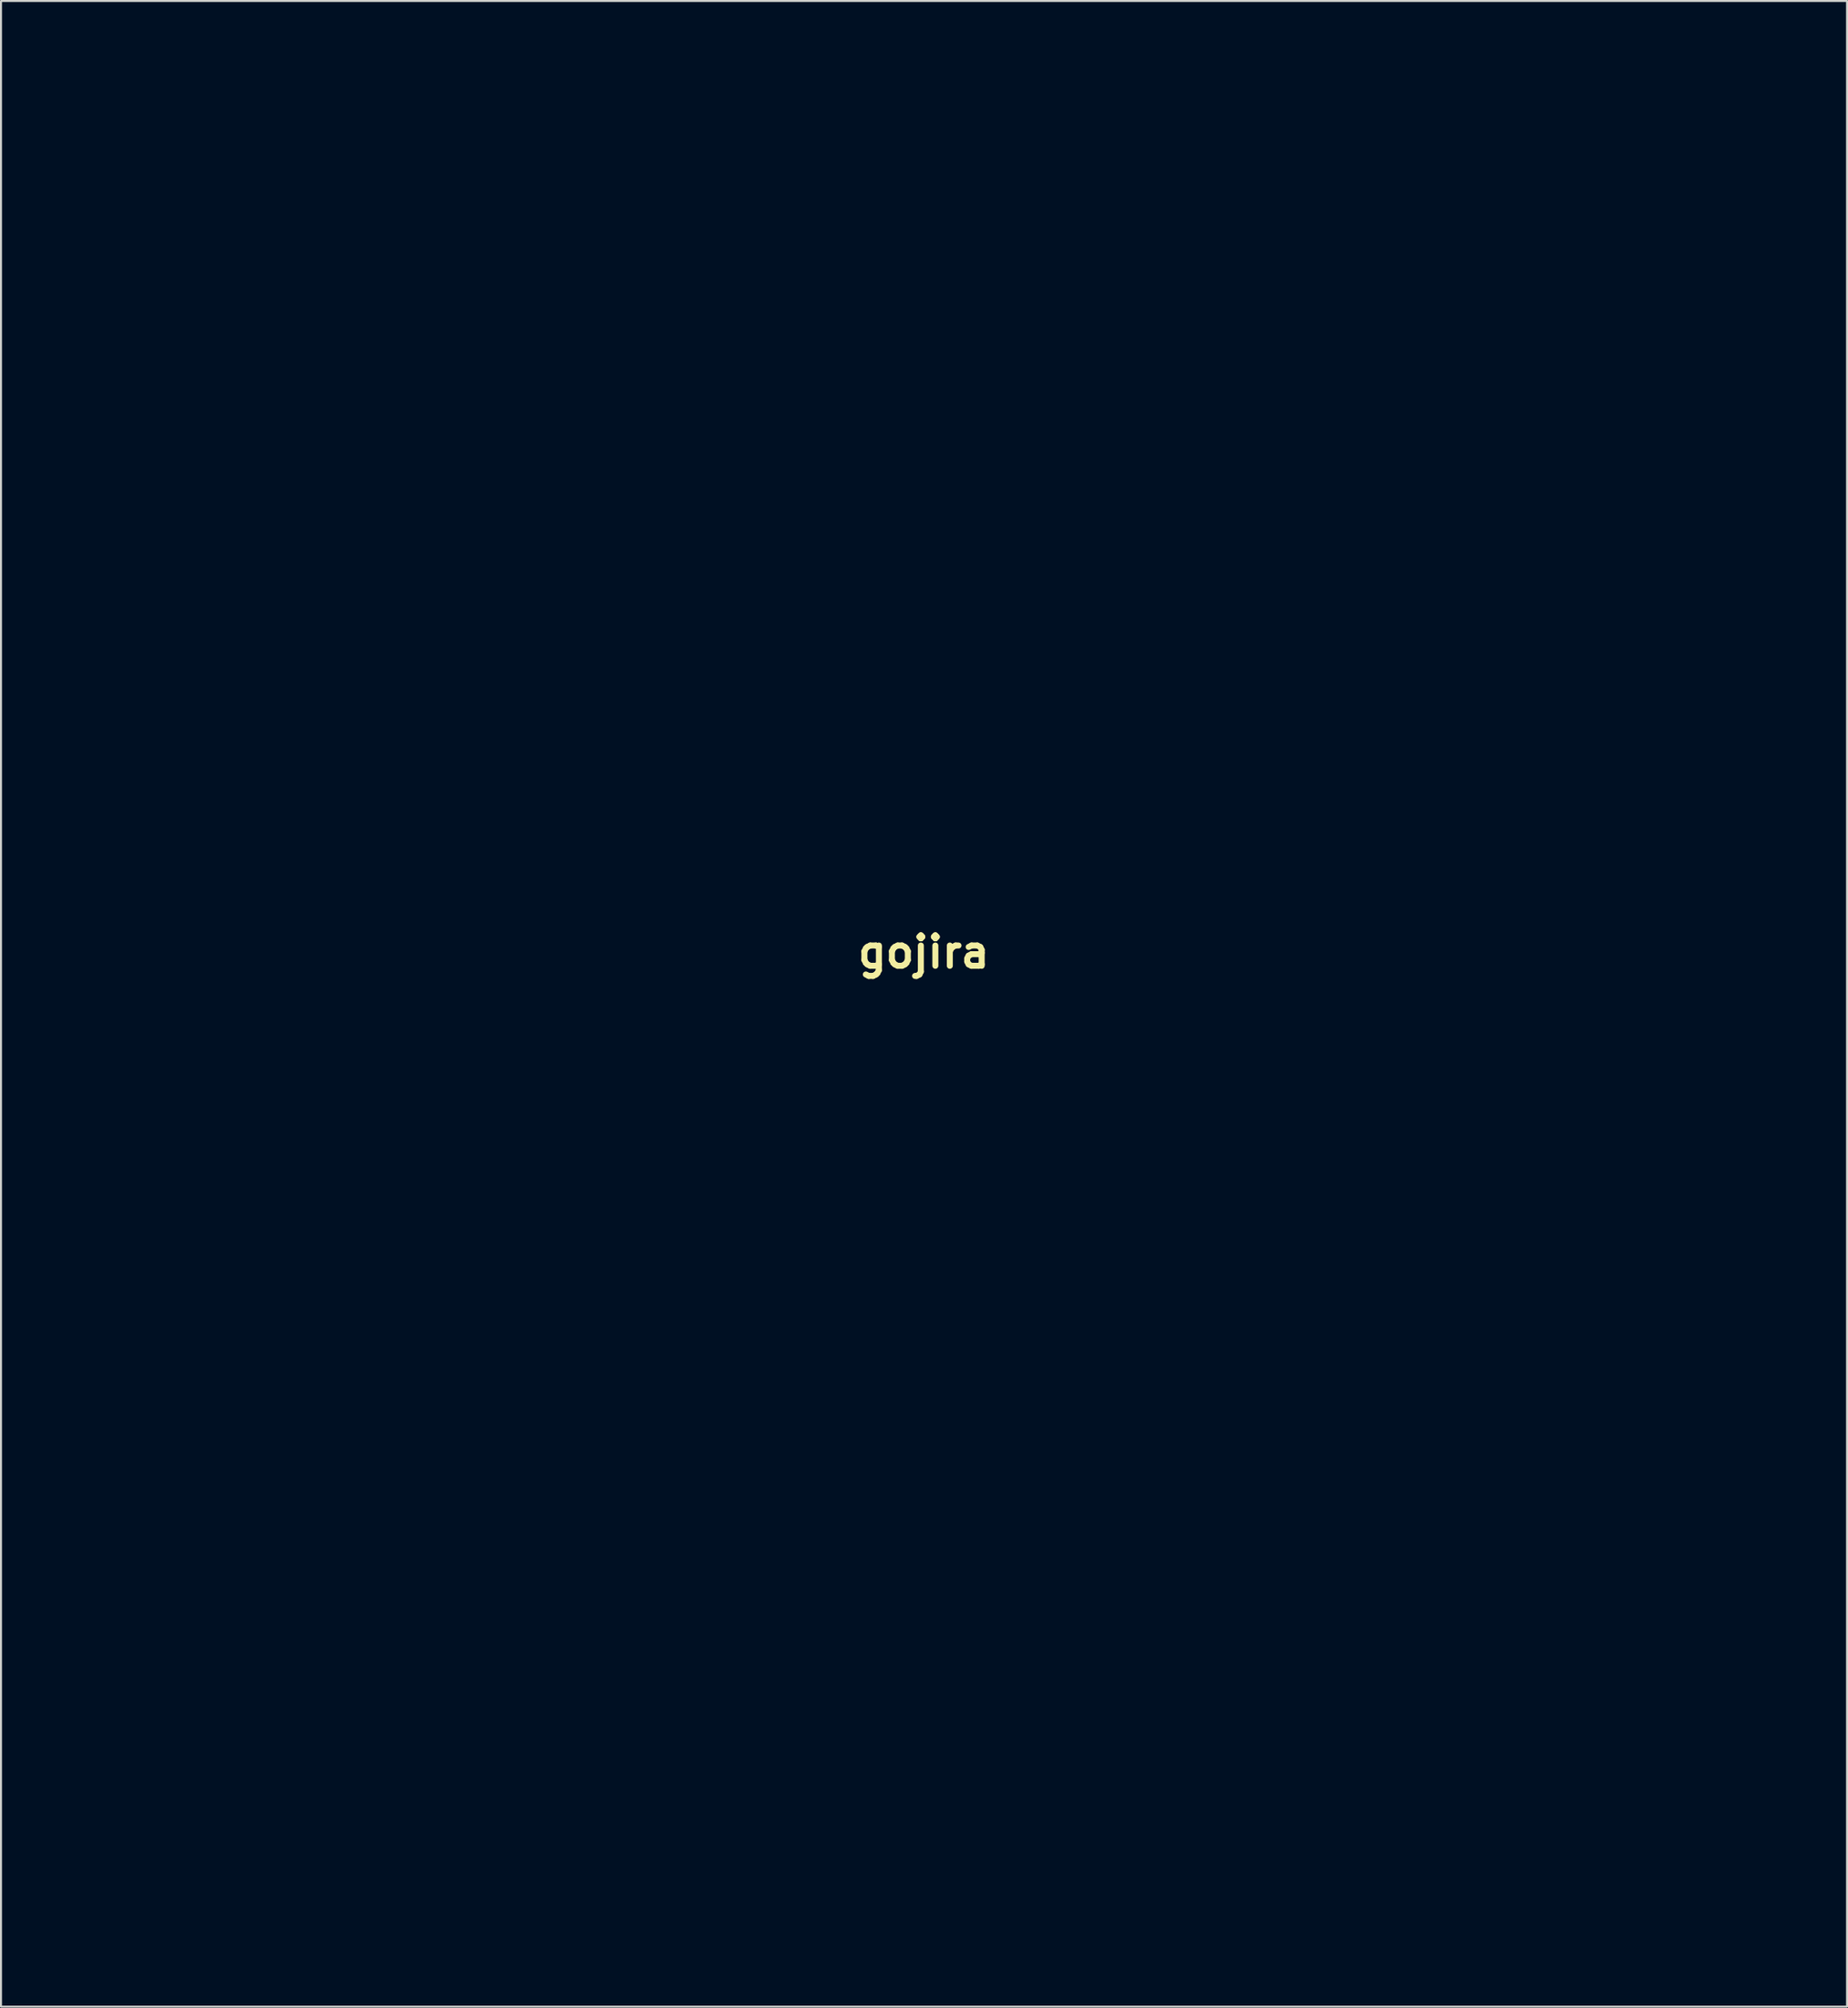
<source format=kicad_pcb>
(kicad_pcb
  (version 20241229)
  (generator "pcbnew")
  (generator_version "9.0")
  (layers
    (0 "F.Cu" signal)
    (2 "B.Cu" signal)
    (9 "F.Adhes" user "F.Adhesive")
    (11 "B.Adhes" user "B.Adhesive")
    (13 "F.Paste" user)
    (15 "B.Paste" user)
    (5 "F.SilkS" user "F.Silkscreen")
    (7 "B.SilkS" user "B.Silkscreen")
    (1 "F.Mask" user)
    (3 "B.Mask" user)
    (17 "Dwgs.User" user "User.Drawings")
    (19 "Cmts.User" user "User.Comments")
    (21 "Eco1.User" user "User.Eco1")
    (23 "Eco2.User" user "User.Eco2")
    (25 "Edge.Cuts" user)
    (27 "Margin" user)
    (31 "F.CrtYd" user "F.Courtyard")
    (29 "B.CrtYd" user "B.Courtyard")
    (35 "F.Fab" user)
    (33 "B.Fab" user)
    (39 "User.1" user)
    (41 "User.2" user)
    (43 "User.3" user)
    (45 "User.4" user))
  (footprint "gojira"
    (layer "F.Cu")
    (at 43.255 44.663)
    (property "Reference" "gojira" (at 0 0 0) (layer "F.SilkS") (effects (font (size 1.524 1.524) (thickness 0.3))))
    (attr through_hole)
    (fp_poly (pts (xy -42.956 49.493) (xy -43.018 49.555) (xy -43.08 49.493) (xy -43.018 49.43) (xy -42.956 49.493)) (stroke (width 0.1) (type solid)) (fill yes) (layer "F.Mask"))
    (fp_poly (pts (xy -42.831 48.621) (xy -42.894 48.683) (xy -42.956 48.621) (xy -42.894 48.559) (xy -42.831 48.621)) (stroke (width 0.1) (type solid)) (fill yes) (layer "F.Mask"))
    (fp_poly (pts (xy -42.582 47.75) (xy -42.645 47.812) (xy -42.707 47.75) (xy -42.645 47.687) (xy -42.582 47.75)) (stroke (width 0.1) (type solid)) (fill yes) (layer "F.Mask"))
    (fp_poly (pts (xy -42.582 49.742) (xy -42.645 49.804) (xy -42.707 49.742) (xy -42.645 49.679) (xy -42.582 49.742)) (stroke (width 0.1) (type solid)) (fill yes) (layer "F.Mask"))
    (fp_poly (pts (xy -37.353 46.629) (xy -37.415 46.691) (xy -37.477 46.629) (xy -37.415 46.567) (xy -37.353 46.629)) (stroke (width 0.1) (type solid)) (fill yes) (layer "F.Mask"))
    (fp_poly (pts (xy -31.252 47.5) (xy -31.314 47.563) (xy -31.376 47.5) (xy -31.314 47.438) (xy -31.252 47.5)) (stroke (width 0.1) (type solid)) (fill yes) (layer "F.Mask"))
    (fp_poly (pts (xy -10.583 46.38) (xy -10.646 46.442) (xy -10.708 46.38) (xy -10.646 46.318) (xy -10.583 46.38)) (stroke (width 0.1) (type solid)) (fill yes) (layer "F.Mask"))
    (fp_poly (pts (xy -10.459 46.753) (xy -10.521 46.816) (xy -10.583 46.753) (xy -10.521 46.691) (xy -10.459 46.753)) (stroke (width 0.1) (type solid)) (fill yes) (layer "F.Mask"))
    (fp_poly (pts (xy 26.396 45.259) (xy 26.334 45.322) (xy 26.272 45.259) (xy 26.334 45.197) (xy 26.396 45.259)) (stroke (width 0.1) (type solid)) (fill yes) (layer "F.Mask"))
    (fp_poly (pts (xy 26.521 45.882) (xy 26.458 45.944) (xy 26.396 45.882) (xy 26.458 45.82) (xy 26.521 45.882)) (stroke (width 0.1) (type solid)) (fill yes) (layer "F.Mask"))
    (fp_poly (pts (xy 26.521 46.504) (xy 26.458 46.567) (xy 26.396 46.504) (xy 26.458 46.442) (xy 26.521 46.504)) (stroke (width 0.1) (type solid)) (fill yes) (layer "F.Mask"))
    (fp_poly (pts (xy 27.517 45.01) (xy 27.454 45.073) (xy 27.392 45.01) (xy 27.454 44.948) (xy 27.517 45.01)) (stroke (width 0.1) (type solid)) (fill yes) (layer "F.Mask"))
    (fp_poly (pts (xy 27.89 45.135) (xy 27.828 45.197) (xy 27.766 45.135) (xy 27.828 45.073) (xy 27.89 45.135)) (stroke (width 0.1) (type solid)) (fill yes) (layer "F.Mask"))
    (fp_poly (pts (xy 32.746 45.757) (xy 32.684 45.82) (xy 32.622 45.757) (xy 32.684 45.695) (xy 32.746 45.757)) (stroke (width 0.1) (type solid)) (fill yes) (layer "F.Mask"))
    (fp_poly (pts (xy 37.975 35.05) (xy 37.913 35.112) (xy 37.851 35.05) (xy 37.913 34.987) (xy 37.975 35.05)) (stroke (width 0.1) (type solid)) (fill yes) (layer "F.Mask"))
    (fp_poly (pts (xy 39.968 30.194) (xy 39.905 30.256) (xy 39.843 30.194) (xy 39.905 30.131) (xy 39.968 30.194)) (stroke (width 0.1) (type solid)) (fill yes) (layer "F.Mask"))
    (fp_poly (pts (xy 40.466 48.746) (xy 40.403 48.808) (xy 40.341 48.746) (xy 40.403 48.683) (xy 40.466 48.746)) (stroke (width 0.1) (type solid)) (fill yes) (layer "F.Mask"))
    (fp_poly (pts (xy 40.715 48.248) (xy 40.652 48.31) (xy 40.59 48.248) (xy 40.652 48.185) (xy 40.715 48.248)) (stroke (width 0.1) (type solid)) (fill yes) (layer "F.Mask"))
    (fp_poly (pts (xy 40.839 47.75) (xy 40.777 47.812) (xy 40.715 47.75) (xy 40.777 47.687) (xy 40.839 47.75)) (stroke (width 0.1) (type solid)) (fill yes) (layer "F.Mask"))
    (fp_poly (pts (xy 40.964 31.19) (xy 40.901 31.252) (xy 40.839 31.19) (xy 40.901 31.127) (xy 40.964 31.19)) (stroke (width 0.1) (type solid)) (fill yes) (layer "F.Mask"))
    (fp_poly (pts (xy 41.711 38.785) (xy 41.649 38.847) (xy 41.586 38.785) (xy 41.649 38.723) (xy 41.711 38.785)) (stroke (width 0.1) (type solid)) (fill yes) (layer "F.Mask"))
    (fp_poly (pts (xy -41.752 49.347) (xy -41.769 49.421) (xy -41.835 49.43) (xy -41.938 49.385) (xy -41.918 49.347) (xy -41.771 49.332) (xy -41.752 49.347)) (stroke (width 0.1) (type solid)) (fill yes) (layer "F.Mask"))
    (fp_poly (pts (xy -41.628 33.161) (xy -41.645 33.235) (xy -41.711 33.244) (xy -41.813 33.199) (xy -41.794 33.161) (xy -41.646 33.146) (xy -41.628 33.161)) (stroke (width 0.1) (type solid)) (fill yes) (layer "F.Mask"))
    (fp_poly (pts (xy -10.236 46.88) (xy -10.251 46.899) (xy -10.325 46.882) (xy -10.334 46.816) (xy -10.289 46.713) (xy -10.251 46.733) (xy -10.236 46.88)) (stroke (width 0.1) (type solid)) (fill yes) (layer "F.Mask"))
    (fp_poly (pts (xy -3.03 45.737) (xy -3.047 45.811) (xy -3.113 45.82) (xy -3.215 45.774) (xy -3.196 45.737) (xy -3.048 45.722) (xy -3.03 45.737)) (stroke (width 0.1) (type solid)) (fill yes) (layer "F.Mask"))
    (fp_poly (pts (xy 4.954 46.133) (xy 4.939 46.152) (xy 4.865 46.135) (xy 4.856 46.069) (xy 4.901 45.966) (xy 4.939 45.986) (xy 4.954 46.133)) (stroke (width 0.1) (type solid)) (fill yes) (layer "F.Mask"))
    (fp_poly (pts (xy 40.922 48.849) (xy 40.905 48.923) (xy 40.839 48.932) (xy 40.737 48.887) (xy 40.756 48.849) (xy 40.904 48.834) (xy 40.922 48.849)) (stroke (width 0.1) (type solid)) (fill yes) (layer "F.Mask"))
    (fp_poly (pts (xy 41.062 48.25) (xy 41.047 48.268) (xy 40.973 48.251) (xy 40.964 48.185) (xy 41.009 48.083) (xy 41.047 48.102) (xy 41.062 48.25)) (stroke (width 0.1) (type solid)) (fill yes) (layer "F.Mask"))
    (fp_poly (pts (xy 42.309 34.411) (xy 42.284 34.455) (xy 42.227 34.418) (xy 42.219 34.292) (xy 42.249 34.159) (xy 42.294 34.217) (xy 42.309 34.411)) (stroke (width 0.1) (type solid)) (fill yes) (layer "F.Mask"))
    (fp_poly (pts (xy 42.431 36.546) (xy 42.416 36.564) (xy 42.342 36.547) (xy 42.333 36.481) (xy 42.379 36.379) (xy 42.416 36.398) (xy 42.431 36.546)) (stroke (width 0.1) (type solid)) (fill yes) (layer "F.Mask"))
    (fp_poly (pts (xy -42.757 43.188) (xy -42.84 43.154) (xy -42.899 43.072) (xy -42.937 42.909) (xy -42.921 42.88) (xy -42.835 42.922) (xy -42.788 43.013) (xy -42.757 43.188)) (stroke (width 0.1) (type solid)) (fill yes) (layer "F.Mask"))
    (fp_poly (pts (xy -41.851 47.111) (xy -41.981 47.119) (xy -42.07 47.074) (xy -42.159 46.949) (xy -42.106 46.891) (xy -41.935 46.901) (xy -41.894 46.946) (xy -41.851 47.111)) (stroke (width 0.1) (type solid)) (fill yes) (layer "F.Mask"))
    (fp_poly (pts (xy -41.678 32.611) (xy -41.685 32.802) (xy -41.827 32.837) (xy -41.983 32.748) (xy -41.986 32.536) (xy -41.899 32.331) (xy -41.785 32.36) (xy -41.678 32.611)) (stroke (width 0.1) (type solid)) (fill yes) (layer "F.Mask"))
    (fp_poly (pts (xy -5.394 38.546) (xy -5.416 38.695) (xy -5.58 38.819) (xy -5.707 38.764) (xy -5.727 38.671) (xy -5.627 38.499) (xy -5.53 38.474) (xy -5.394 38.546)) (stroke (width 0.1) (type solid)) (fill yes) (layer "F.Mask"))
    (fp_poly (pts (xy 7.046 -3.149) (xy 7.029 -3.104) (xy 6.909 -2.994) (xy 6.85 -3.119) (xy 6.848 -3.182) (xy 6.909 -3.311) (xy 6.975 -3.298) (xy 7.046 -3.149)) (stroke (width 0.1) (type solid)) (fill yes) (layer "F.Mask"))
    (fp_poly (pts (xy 27.579 45.418) (xy 27.56 45.512) (xy 27.463 45.682) (xy 27.404 45.609) (xy 27.392 45.439) (xy 27.438 45.265) (xy 27.511 45.256) (xy 27.579 45.418)) (stroke (width 0.1) (type solid)) (fill yes) (layer "F.Mask"))
    (fp_poly (pts (xy -42.831 35.866) (xy -42.915 35.981) (xy -42.935 35.983) (xy -43.028 35.883) (xy -43.039 35.802) (xy -42.985 35.676) (xy -42.935 35.685) (xy -42.832 35.849) (xy -42.831 35.866)) (stroke (width 0.1) (type solid)) (fill yes) (layer "F.Mask"))
    (fp_poly (pts (xy -42.596 34.405) (xy -42.606 34.573) (xy -42.65 34.73) (xy -42.707 34.658) (xy -42.745 34.565) (xy -42.793 34.344) (xy -42.772 34.264) (xy -42.658 34.249) (xy -42.596 34.405)) (stroke (width 0.1) (type solid)) (fill yes) (layer "F.Mask"))
    (fp_poly (pts (xy -42.278 35.211) (xy -42.297 35.361) (xy -42.391 35.563) (xy -42.461 35.61) (xy -42.513 35.51) (xy -42.494 35.361) (xy -42.4 35.159) (xy -42.33 35.112) (xy -42.278 35.211)) (stroke (width 0.1) (type solid)) (fill yes) (layer "F.Mask"))
    (fp_poly (pts (xy 4.692 46.647) (xy 4.669 46.691) (xy 4.552 46.81) (xy 4.53 46.816) (xy 4.521 46.735) (xy 4.545 46.691) (xy 4.662 46.572) (xy 4.684 46.567) (xy 4.692 46.647)) (stroke (width 0.1) (type solid)) (fill yes) (layer "F.Mask"))
    (fp_poly (pts (xy 26.023 45.834) (xy 25.951 45.929) (xy 25.714 45.875) (xy 25.68 45.862) (xy 25.529 45.742) (xy 25.586 45.652) (xy 25.774 45.659) (xy 25.975 45.758) (xy 26.023 45.834)) (stroke (width 0.1) (type solid)) (fill yes) (layer "F.Mask"))
    (fp_poly (pts (xy 40.217 29.952) (xy 40.12 30.005) (xy 40.092 30.007) (xy 39.972 29.911) (xy 39.968 29.875) (xy 40.044 29.801) (xy 40.092 29.82) (xy 40.211 29.932) (xy 40.217 29.952)) (stroke (width 0.1) (type solid)) (fill yes) (layer "F.Mask"))
    (fp_poly (pts (xy 40.466 49.319) (xy 40.382 49.424) (xy 40.213 49.38) (xy 40.175 49.347) (xy 40.092 49.182) (xy 40.194 49.116) (xy 40.279 49.136) (xy 40.444 49.259) (xy 40.466 49.319)) (stroke (width 0.1) (type solid)) (fill yes) (layer "F.Mask"))
    (fp_poly (pts (xy -37.975 48.185) (xy -37.999 48.3) (xy -38.007 48.301) (xy -38.131 48.251) (xy -38.287 48.185) (xy -38.455 48.103) (xy -38.389 48.075) (xy -38.256 48.07) (xy -38.037 48.109) (xy -37.975 48.185)) (stroke (width 0.1) (type solid)) (fill yes) (layer "F.Mask"))
    (fp_poly (pts (xy 43.134 35.93) (xy 43.007 36.12) (xy 42.786 36.31) (xy 42.628 36.351) (xy 42.586 36.263) (xy 42.671 36.056) (xy 42.848 35.868) (xy 43.029 35.784) (xy 43.08 35.796) (xy 43.134 35.93)) (stroke (width 0.1) (type solid)) (fill yes) (layer "F.Mask"))
    (fp_poly (pts (xy -37.208 48.247) (xy -37.403 48.427) (xy -37.434 48.448) (xy -37.772 48.642) (xy -37.943 48.667) (xy -37.972 48.59) (xy -37.869 48.433) (xy -37.64 48.263) (xy -37.388 48.142) (xy -37.215 48.131) (xy -37.208 48.247)) (stroke (width 0.1) (type solid)) (fill yes) (layer "F.Mask"))
    (fp_poly (pts (xy -21.425 31.129) (xy -21.426 31.467) (xy -21.467 31.79) (xy -21.54 31.999) (xy -21.611 32.032) (xy -21.651 31.849) (xy -21.663 31.47) (xy -21.644 31.084) (xy -21.594 30.824) (xy -21.54 30.754) (xy -21.463 30.862) (xy -21.425 31.129)) (stroke (width 0.1) (type solid)) (fill yes) (layer "F.Mask"))
    (fp_poly (pts (xy -10.832 46.761) (xy -10.897 46.986) (xy -11.041 47.117) (xy -11.187 47.104) (xy -11.236 47.026) (xy -11.23 46.834) (xy -11.142 46.604) (xy -11.022 46.429) (xy -10.917 46.399) (xy -10.915 46.401) (xy -10.849 46.58) (xy -10.832 46.761)) (stroke (width 0.1) (type solid)) (fill yes) (layer "F.Mask"))
    (fp_poly (pts (xy 11.41 46.179) (xy 11.404 46.468) (xy 11.263 46.65) (xy 11.237 46.661) (xy 11.132 46.606) (xy 11.088 46.336) (xy 11.085 46.172) (xy 11.094 45.848) (xy 11.131 45.737) (xy 11.217 45.804) (xy 11.277 45.881) (xy 11.41 46.179)) (stroke (width 0.1) (type solid)) (fill yes) (layer "F.Mask"))
    (fp_poly (pts (xy -39.1 34.706) (xy -39.124 35.03) (xy -39.24 35.188) (xy -39.283 35.195) (xy -39.409 35.118) (xy -39.464 34.859) (xy -39.47 34.663) (xy -39.44 34.294) (xy -39.367 34.085) (xy -39.272 34.065) (xy -39.177 34.263) (xy -39.174 34.273) (xy -39.1 34.706)) (stroke (width 0.1) (type solid)) (fill yes) (layer "F.Mask"))
    (fp_poly (pts (xy 35.976 31.312) (xy 35.864 31.723) (xy 35.801 31.82) (xy 35.693 31.94) (xy 35.638 31.909) (xy 35.618 31.688) (xy 35.616 31.439) (xy 35.637 31.009) (xy 35.694 30.713) (xy 35.773 30.583) (xy 35.86 30.653) (xy 35.902 30.775) (xy 35.976 31.312)) (stroke (width 0.1) (type solid)) (fill yes) (layer "F.Mask"))
    (fp_poly (pts (xy -23.925 33.907) (xy -23.931 34.147) (xy -23.966 34.513) (xy -24.018 34.632) (xy -24.062 34.572) (xy -24.115 34.318) (xy -24.147 33.928) (xy -24.151 33.701) (xy -24.139 33.341) (xy -24.102 33.202) (xy -24.031 33.257) (xy -24.02 33.276) (xy -23.954 33.522) (xy -23.925 33.907)) (stroke (width 0.1) (type solid)) (fill yes) (layer "F.Mask"))
    (fp_poly (pts (xy 33.491 34.022) (xy 33.463 34.402) (xy 33.388 34.596) (xy 33.284 34.581) (xy 33.195 34.417) (xy 33.142 34.153) (xy 33.121 33.785) (xy 33.131 33.4) (xy 33.169 33.089) (xy 33.23 32.942) (xy 33.343 32.984) (xy 33.429 33.239) (xy 33.481 33.671) (xy 33.491 34.022)) (stroke (width 0.1) (type solid)) (fill yes) (layer "F.Mask"))
    (fp_poly (pts (xy 18.139 22.139) (xy 17.949 22.134) (xy 17.551 22.037) (xy 17.307 21.964) (xy 16.842 21.816) (xy 16.574 21.72) (xy 16.459 21.655) (xy 16.456 21.604) (xy 16.466 21.592) (xy 16.613 21.588) (xy 16.916 21.646) (xy 17.297 21.745) (xy 17.677 21.863) (xy 17.978 21.977) (xy 18.11 22.052) (xy 18.139 22.139)) (stroke (width 0.1) (type solid)) (fill yes) (layer "F.Mask"))
    (fp_poly (pts (xy 41.281 32.325) (xy 41.261 32.571) (xy 41.078 32.889) (xy 40.773 33.09) (xy 40.605 33.12) (xy 40.579 33.019) (xy 40.647 32.761) (xy 40.732 32.55) (xy 40.865 32.185) (xy 40.923 31.895) (xy 40.915 31.803) (xy 40.919 31.649) (xy 40.971 31.625) (xy 41.115 31.734) (xy 41.228 31.999) (xy 41.281 32.325)) (stroke (width 0.1) (type solid)) (fill yes) (layer "F.Mask"))
    (fp_poly (pts (xy 42.785 49.369) (xy 42.726 49.44) (xy 42.462 49.442) (xy 42.348 49.433) (xy 42.075 49.477) (xy 41.945 49.575) (xy 41.864 49.64) (xy 41.837 49.473) (xy 41.837 49.462) (xy 41.823 49.204) (xy 41.804 49.099) (xy 41.86 49.013) (xy 42.065 48.998) (xy 42.332 49.043) (xy 42.574 49.136) (xy 42.669 49.208) (xy 42.785 49.369)) (stroke (width 0.1) (type solid)) (fill yes) (layer "F.Mask"))
    (fp_poly (pts (xy 43.059 35.27) (xy 42.892 35.287) (xy 42.846 35.276) (xy 42.575 35.322) (xy 42.348 35.498) (xy 42.168 35.662) (xy 42.085 35.681) (xy 42.084 35.674) (xy 42.16 35.507) (xy 42.281 35.35) (xy 42.409 35.119) (xy 42.339 34.873) (xy 42.254 34.67) (xy 42.322 34.63) (xy 42.567 34.742) (xy 42.615 34.769) (xy 42.9 34.968) (xy 43.055 35.15) (xy 43.059 35.27)) (stroke (width 0.1) (type solid)) (fill yes) (layer "F.Mask"))
    (fp_poly (pts (xy -16.808 31.472) (xy -16.87 31.66) (xy -17.018 31.94) (xy -17.2 32.228) (xy -17.365 32.439) (xy -17.445 32.496) (xy -17.497 32.384) (xy -17.555 32.093) (xy -17.595 31.781) (xy -17.61 31.179) (xy -17.549 30.563) (xy -17.425 30.033) (xy -17.321 29.788) (xy -17.239 29.789) (xy -17.132 30.036) (xy -17.015 30.462) (xy -16.912 30.91) (xy -16.837 31.271) (xy -16.809 31.47) (xy -16.808 31.472)) (stroke (width 0.1) (type solid)) (fill yes) (layer "F.Mask"))
    (fp_poly (pts (xy 40.341 30.88) (xy 40.24 30.989) (xy 40.155 31.003) (xy 40.026 31.093) (xy 40.015 31.299) (xy 40.111 31.523) (xy 40.226 31.632) (xy 40.317 31.739) (xy 40.238 31.892) (xy 40.107 32.026) (xy 39.811 32.31) (xy 39.878 32.03) (xy 39.887 31.785) (xy 39.832 31.681) (xy 39.763 31.521) (xy 39.749 31.228) (xy 39.75 31.207) (xy 39.812 30.914) (xy 39.969 30.794) (xy 40.061 30.78) (xy 40.279 30.808) (xy 40.341 30.88)) (stroke (width 0.1) (type solid)) (fill yes) (layer "F.Mask"))
    (fp_poly (pts (xy 21.664 29.722) (xy 21.645 30.117) (xy 21.593 30.589) (xy 21.52 31.075) (xy 21.437 31.513) (xy 21.353 31.84) (xy 21.281 31.994) (xy 21.269 31.999) (xy 21.157 31.895) (xy 20.997 31.628) (xy 20.894 31.414) (xy 20.762 31.099) (xy 20.702 30.852) (xy 20.71 30.587) (xy 20.783 30.215) (xy 20.846 29.951) (xy 20.976 29.453) (xy 21.111 29) (xy 21.218 28.7) (xy 21.38 28.326) (xy 21.521 28.824) (xy 21.616 29.255) (xy 21.663 29.668) (xy 21.664 29.722)) (stroke (width 0.1) (type solid)) (fill yes) (layer "F.Mask"))
    (fp_poly (pts (xy 7.284 -43.641) (xy 7.248 -42.894) (xy 7.204 -42.358) (xy 7.129 -41.813) (xy 7.08 -41.555) (xy 6.948 -40.964) (xy 6.12 -40.976) (xy 5.639 -40.995) (xy 5.219 -41.033) (xy 4.98 -41.075) (xy 4.789 -41.16) (xy 4.687 -41.328) (xy 4.638 -41.652) (xy 4.629 -41.778) (xy 4.631 -42.26) (xy 4.686 -42.778) (xy 4.779 -43.266) (xy 4.899 -43.659) (xy 5.03 -43.889) (xy 5.073 -43.918) (xy 5.272 -43.93) (xy 5.646 -43.901) (xy 6.123 -43.837) (xy 6.267 -43.814) (xy 7.284 -43.641)) (stroke (width 0.1) (type solid)) (fill yes) (layer "F.Mask"))
    (fp_poly (pts (xy 22.102 -43.45) (xy 22.066 -42.999) (xy 22.002 -42.524) (xy 21.919 -42.098) (xy 21.827 -41.793) (xy 21.759 -41.689) (xy 21.55 -41.638) (xy 21.182 -41.61) (xy 20.742 -41.606) (xy 20.319 -41.628) (xy 20.002 -41.675) (xy 20 -41.675) (xy 19.874 -41.735) (xy 19.817 -41.87) (xy 19.817 -42.142) (xy 19.851 -42.501) (xy 19.91 -43.009) (xy 19.973 -43.497) (xy 20.009 -43.749) (xy 20.083 -44.231) (xy 21.005 -44.172) (xy 21.47 -44.128) (xy 21.84 -44.065) (xy 22.042 -43.997) (xy 22.051 -43.989) (xy 22.1 -43.805) (xy 22.102 -43.45)) (stroke (width 0.1) (type solid)) (fill yes) (layer "F.Mask"))
    (fp_poly (pts (xy -35.694 29.579) (xy -35.743 29.902) (xy -35.838 30.114) (xy -35.859 30.132) (xy -35.967 30.245) (xy -35.93 30.426) (xy -35.864 30.557) (xy -35.769 30.799) (xy -35.78 31.044) (xy -35.894 31.382) (xy -36.003 31.734) (xy -36.036 32.01) (xy -36.025 32.069) (xy -35.996 32.231) (xy -36.082 32.212) (xy -36.244 32.028) (xy -36.296 31.952) (xy -36.556 31.427) (xy -36.634 30.882) (xy -36.539 30.237) (xy -36.522 30.168) (xy -36.374 29.733) (xy -36.186 29.365) (xy -35.992 29.114) (xy -35.826 29.029) (xy -35.772 29.056) (xy -35.701 29.259) (xy -35.694 29.579)) (stroke (width 0.1) (type solid)) (fill yes) (layer "F.Mask"))
    (fp_poly (pts (xy 4.856 45.673) (xy 4.765 45.856) (xy 4.731 45.882) (xy 4.625 46.058) (xy 4.607 46.191) (xy 4.5 46.412) (xy 4.233 46.61) (xy 3.979 46.722) (xy 3.875 46.707) (xy 3.86 46.619) (xy 3.789 46.46) (xy 3.735 46.442) (xy 3.643 46.335) (xy 3.611 46.122) (xy 3.627 45.905) (xy 3.707 45.906) (xy 3.806 45.997) (xy 3.987 46.153) (xy 4.064 46.193) (xy 4.222 46.107) (xy 4.358 45.923) (xy 4.393 45.759) (xy 4.383 45.741) (xy 4.369 45.696) (xy 4.409 45.725) (xy 4.586 45.737) (xy 4.689 45.679) (xy 4.831 45.609) (xy 4.856 45.673)) (stroke (width 0.1) (type solid)) (fill yes) (layer "F.Mask"))
    (fp_poly (pts (xy 4.269 -44.057) (xy 4.197 -43.031) (xy 4.118 -42.316) (xy 4 -41.779) (xy 3.849 -41.445) (xy 3.684 -41.336) (xy 3.454 -41.312) (xy 3.3 -41.287) (xy 3.052 -41.278) (xy 2.648 -41.298) (xy 2.194 -41.342) (xy 1.744 -41.412) (xy 1.389 -41.496) (xy 1.205 -41.577) (xy 1.205 -41.577) (xy 1.154 -41.743) (xy 1.172 -42.09) (xy 1.259 -42.642) (xy 1.302 -42.862) (xy 1.433 -43.51) (xy 1.542 -43.952) (xy 1.66 -44.224) (xy 1.815 -44.363) (xy 2.038 -44.406) (xy 2.358 -44.389) (xy 2.525 -44.373) (xy 3.035 -44.312) (xy 3.526 -44.233) (xy 3.784 -44.179) (xy 4.269 -44.057)) (stroke (width 0.1) (type solid)) (fill yes) (layer "F.Mask"))
    (fp_poly (pts (xy 14.256 -39.158) (xy 14.252 -37.851) (xy 14.241 -37.249) (xy 14.215 -36.691) (xy 14.179 -36.254) (xy 14.154 -36.08) (xy 14.06 -35.617) (xy 12.29 -35.645) (xy 11.612 -35.657) (xy 10.987 -35.672) (xy 10.475 -35.687) (xy 10.137 -35.702) (xy 10.085 -35.706) (xy 9.643 -35.742) (xy 9.369 -35.802) (xy 9.228 -35.934) (xy 9.186 -36.189) (xy 9.211 -36.615) (xy 9.24 -36.944) (xy 9.298 -37.547) (xy 9.362 -38.153) (xy 9.422 -38.647) (xy 9.432 -38.723) (xy 9.526 -39.407) (xy 10.833 -39.362) (xy 11.534 -39.333) (xy 12.287 -39.295) (xy 12.969 -39.254) (xy 13.198 -39.238) (xy 14.256 -39.158)) (stroke (width 0.1) (type solid)) (fill yes) (layer "F.Mask"))
    (fp_poly (pts (xy 19.299 -44.486) (xy 19.298 -43.503) (xy 19.287 -42.962) (xy 19.261 -42.456) (xy 19.225 -42.087) (xy 19.221 -42.064) (xy 19.164 -41.796) (xy 19.062 -41.655) (xy 18.843 -41.594) (xy 18.506 -41.566) (xy 18.041 -41.549) (xy 17.606 -41.554) (xy 17.462 -41.563) (xy 17.234 -41.596) (xy 17.111 -41.681) (xy 17.058 -41.881) (xy 17.038 -42.26) (xy 17.037 -42.31) (xy 17.014 -43.062) (xy 17 -43.6) (xy 17 -43.961) (xy 17.018 -44.178) (xy 17.058 -44.288) (xy 17.126 -44.327) (xy 17.226 -44.328) (xy 17.299 -44.326) (xy 17.588 -44.338) (xy 18.024 -44.369) (xy 18.459 -44.407) (xy 19.299 -44.486)) (stroke (width 0.1) (type solid)) (fill yes) (layer "F.Mask"))
    (fp_poly (pts (xy 16.137 -42.561) (xy 16.122 -42.391) (xy 16.002 -42.063) (xy 15.806 -41.632) (xy 15.561 -41.152) (xy 15.295 -40.678) (xy 15.036 -40.262) (xy 14.811 -39.959) (xy 14.796 -39.941) (xy 14.381 -39.479) (xy 13.405 -39.843) (xy 12.876 -40.025) (xy 12.2 -40.235) (xy 11.472 -40.446) (xy 10.915 -40.595) (xy 10.277 -40.766) (xy 9.675 -40.942) (xy 9.179 -41.1) (xy 8.871 -41.215) (xy 8.341 -41.448) (xy 9.084 -42.669) (xy 9.411 -43.196) (xy 9.722 -43.677) (xy 9.976 -44.051) (xy 10.112 -44.234) (xy 10.397 -44.578) (xy 11.579 -44.186) (xy 12.877 -43.753) (xy 13.945 -43.392) (xy 14.792 -43.098) (xy 15.426 -42.87) (xy 15.856 -42.704) (xy 16.089 -42.597) (xy 16.137 -42.561)) (stroke (width 0.1) (type solid)) (fill yes) (layer "F.Mask"))
    (fp_poly (pts (xy 42.881 37.604) (xy 42.868 37.713) (xy 42.79 37.884) (xy 42.779 38.066) (xy 42.686 38.36) (xy 42.507 38.533) (xy 42.306 38.652) (xy 42.26 38.625) (xy 42.288 38.536) (xy 42.283 38.376) (xy 42.222 38.349) (xy 42.092 38.447) (xy 42.082 38.505) (xy 42.016 38.528) (xy 41.86 38.382) (xy 41.833 38.349) (xy 41.694 38.063) (xy 41.619 37.693) (xy 41.614 37.333) (xy 41.686 37.077) (xy 41.736 37.026) (xy 41.82 36.866) (xy 41.845 36.692) (xy 41.874 36.54) (xy 41.918 36.576) (xy 42.051 36.67) (xy 42.114 36.65) (xy 42.188 36.646) (xy 42.158 36.712) (xy 42.119 36.928) (xy 42.176 37.177) (xy 42.293 37.339) (xy 42.342 37.353) (xy 42.436 37.249) (xy 42.458 37.104) (xy 42.536 36.901) (xy 42.645 36.855) (xy 42.812 36.926) (xy 42.793 37.063) (xy 42.677 37.135) (xy 42.612 37.229) (xy 42.748 37.412) (xy 42.881 37.604)) (stroke (width 0.1) (type solid)) (fill yes) (layer "F.Mask"))
    (fp_poly (pts (xy 36.216 -42.87) (xy 36.206 -42.362) (xy 36.18 -41.945) (xy 36.144 -41.711) (xy 35.986 -41.573) (xy 35.597 -41.44) (xy 34.995 -41.314) (xy 34.198 -41.198) (xy 33.223 -41.096) (xy 32.089 -41.008) (xy 31.314 -40.963) (xy 30.3 -40.917) (xy 29.318 -40.884) (xy 28.402 -40.864) (xy 27.589 -40.858) (xy 26.916 -40.865) (xy 26.419 -40.886) (xy 26.133 -40.922) (xy 26.129 -40.923) (xy 25.935 -41.076) (xy 25.85 -41.251) (xy 25.814 -41.511) (xy 25.791 -41.935) (xy 25.78 -42.459) (xy 25.78 -43.023) (xy 25.792 -43.563) (xy 25.815 -44.018) (xy 25.847 -44.325) (xy 25.873 -44.414) (xy 25.965 -44.454) (xy 26.196 -44.489) (xy 26.583 -44.518) (xy 27.142 -44.543) (xy 27.889 -44.563) (xy 28.841 -44.579) (xy 30.015 -44.593) (xy 30.98 -44.601) (xy 32.247 -44.609) (xy 33.287 -44.613) (xy 34.123 -44.612) (xy 34.776 -44.606) (xy 35.27 -44.593) (xy 35.627 -44.574) (xy 35.869 -44.548) (xy 36.018 -44.513) (xy 36.097 -44.47) (xy 36.114 -44.45) (xy 36.159 -44.258) (xy 36.192 -43.886) (xy 36.211 -43.4) (xy 36.216 -42.87)) (stroke (width 0.1) (type solid)) (fill yes) (layer "F.Mask"))
    (fp_poly (pts (xy 21.914 -36.098) (xy 21.835 -35.901) (xy 21.591 -35.624) (xy 21.169 -35.257) (xy 20.558 -34.79) (xy 19.745 -34.212) (xy 19.561 -34.085) (xy 18.997 -33.688) (xy 18.448 -33.288) (xy 17.98 -32.932) (xy 17.674 -32.684) (xy 17.456 -32.499) (xy 17.212 -32.304) (xy 16.915 -32.079) (xy 16.537 -31.803) (xy 16.048 -31.456) (xy 15.421 -31.017) (xy 14.628 -30.465) (xy 14.281 -30.225) (xy 13.868 -29.952) (xy 13.519 -29.745) (xy 13.295 -29.64) (xy 13.26 -29.633) (xy 13.104 -29.723) (xy 12.846 -29.96) (xy 12.537 -30.296) (xy 12.492 -30.349) (xy 12.19 -30.7) (xy 11.946 -30.968) (xy 11.806 -31.101) (xy 11.797 -31.107) (xy 11.706 -31.25) (xy 11.704 -31.276) (xy 11.633 -31.443) (xy 11.453 -31.719) (xy 11.349 -31.857) (xy 11.079 -32.216) (xy 10.838 -32.556) (xy 10.786 -32.636) (xy 10.577 -32.962) (xy 11.669 -33.771) (xy 12.195 -34.147) (xy 12.857 -34.598) (xy 13.574 -35.072) (xy 14.27 -35.517) (xy 14.381 -35.586) (xy 15.09 -36.03) (xy 15.918 -36.553) (xy 16.776 -37.098) (xy 17.573 -37.609) (xy 17.792 -37.75) (xy 18.391 -38.134) (xy 18.923 -38.468) (xy 19.351 -38.731) (xy 19.637 -38.898) (xy 19.737 -38.947) (xy 19.91 -38.875) (xy 20.178 -38.637) (xy 20.509 -38.275) (xy 20.868 -37.835) (xy 21.22 -37.362) (xy 21.533 -36.9) (xy 21.771 -36.493) (xy 21.9 -36.187) (xy 21.914 -36.098)) (stroke (width 0.1) (type solid)) (fill yes) (layer "F.Mask"))
    (fp_poly (pts (xy 37.223 -36.439) (xy 37.153 -36.264) (xy 37.046 -36.083) (xy 36.839 -35.731) (xy 36.558 -35.249) (xy 36.228 -34.681) (xy 36.05 -34.374) (xy 35.616 -33.639) (xy 35.146 -32.873) (xy 34.665 -32.11) (xy 34.195 -31.387) (xy 33.76 -30.738) (xy 33.383 -30.2) (xy 33.089 -29.807) (xy 32.909 -29.605) (xy 32.782 -29.508) (xy 32.647 -29.483) (xy 32.451 -29.543) (xy 32.141 -29.705) (xy 31.743 -29.938) (xy 31.037 -30.366) (xy 30.4 -30.771) (xy 29.862 -31.133) (xy 29.458 -31.427) (xy 29.218 -31.633) (xy 29.168 -31.703) (xy 29.187 -31.81) (xy 29.29 -32.02) (xy 29.488 -32.35) (xy 29.792 -32.819) (xy 30.213 -33.443) (xy 30.762 -34.24) (xy 31.179 -34.839) (xy 31.476 -35.275) (xy 31.705 -35.63) (xy 31.837 -35.858) (xy 31.857 -35.918) (xy 31.725 -35.922) (xy 31.383 -35.909) (xy 30.87 -35.88) (xy 30.224 -35.838) (xy 29.484 -35.785) (xy 29.384 -35.777) (xy 28.114 -35.692) (xy 27.073 -35.648) (xy 26.264 -35.644) (xy 25.691 -35.68) (xy 25.358 -35.757) (xy 25.29 -35.802) (xy 25.248 -35.961) (xy 25.202 -36.325) (xy 25.157 -36.849) (xy 25.117 -37.491) (xy 25.092 -37.994) (xy 25.005 -40.068) (xy 25.358 -40.141) (xy 25.601 -40.172) (xy 26.054 -40.211) (xy 26.678 -40.256) (xy 27.435 -40.305) (xy 28.285 -40.356) (xy 29.19 -40.407) (xy 30.111 -40.455) (xy 31.008 -40.499) (xy 31.845 -40.537) (xy 32.58 -40.565) (xy 33.177 -40.583) (xy 33.555 -40.588) (xy 34.676 -40.587) (xy 35.25 -39.686) (xy 35.612 -39.117) (xy 36.02 -38.47) (xy 36.389 -37.881) (xy 36.408 -37.851) (xy 36.689 -37.402) (xy 36.935 -37.014) (xy 37.105 -36.752) (xy 37.14 -36.7) (xy 37.223 -36.439)) (stroke (width 0.1) (type solid)) (fill yes) (layer "F.Mask"))
    (fp_poly (pts (xy 1.308 -39.999) (xy 1.293 -39.636) (xy 1.252 -39.373) (xy 1.201 -38.982) (xy 1.148 -38.412) (xy 1.1 -37.733) (xy 1.062 -37.016) (xy 1.055 -36.855) (xy 1.022 -36.149) (xy 0.979 -35.476) (xy 0.932 -34.903) (xy 0.886 -34.496) (xy 0.875 -34.427) (xy 0.824 -34.048) (xy 0.771 -33.499) (xy 0.721 -32.858) (xy 0.688 -32.31) (xy 0.621 -31.301) (xy 0.538 -30.521) (xy 0.44 -29.979) (xy 0.327 -29.677) (xy 0.295 -29.639) (xy 0.151 -29.616) (xy -0.215 -29.591) (xy -0.777 -29.567) (xy -1.509 -29.542) (xy -2.382 -29.519) (xy -3.371 -29.498) (xy -4.449 -29.48) (xy -4.957 -29.472) (xy -6.238 -29.457) (xy -7.291 -29.446) (xy -8.14 -29.441) (xy -8.805 -29.443) (xy -9.309 -29.451) (xy -9.673 -29.467) (xy -9.921 -29.49) (xy -10.073 -29.521) (xy -10.151 -29.562) (xy -10.173 -29.594) (xy -10.198 -29.776) (xy -10.221 -30.162) (xy -10.239 -30.707) (xy -10.253 -31.365) (xy -10.259 -31.918) (xy -10.272 -34.053) (xy -7.067 -34.062) (xy -6.199 -34.067) (xy -5.415 -34.076) (xy -4.749 -34.089) (xy -4.235 -34.104) (xy -3.906 -34.121) (xy -3.797 -34.137) (xy -3.772 -34.277) (xy -3.743 -34.626) (xy -3.712 -35.143) (xy -3.682 -35.789) (xy -3.655 -36.524) (xy -3.655 -36.525) (xy -3.58 -38.847) (xy -3.938 -38.863) (xy -4.158 -38.866) (xy -4.589 -38.867) (xy -5.192 -38.866) (xy -5.931 -38.862) (xy -6.766 -38.856) (xy -7.482 -38.85) (xy -10.669 -38.82) (xy -10.751 -39.973) (xy -10.786 -40.614) (xy -10.814 -41.383) (xy -10.83 -42.159) (xy -10.832 -42.544) (xy -10.832 -43.961) (xy -6.879 -43.938) (xy -5.876 -43.93) (xy -4.924 -43.917) (xy -4.058 -43.9) (xy -3.315 -43.881) (xy -2.733 -43.86) (xy -2.348 -43.837) (xy -2.253 -43.828) (xy -1.878 -43.763) (xy -1.606 -43.655) (xy -1.355 -43.454) (xy -1.041 -43.11) (xy -1.008 -43.071) (xy -0.634 -42.64) (xy -0.185 -42.13) (xy 0.249 -41.643) (xy 0.288 -41.6) (xy 0.751 -41.071) (xy 1.06 -40.663) (xy 1.238 -40.323) (xy 1.308 -39.999)) (stroke (width 0.1) (type solid)) (fill yes) (layer "F.Mask"))
    (fp_poly (pts (xy 43.23 43.774) (xy 42.97 44.205) (xy 42.956 44.23) (xy 42.956 43.703) (xy 42.86 43.583) (xy 42.824 43.578) (xy 42.75 43.655) (xy 42.769 43.703) (xy 42.881 43.822) (xy 42.901 43.827) (xy 42.954 43.731) (xy 42.956 43.703) (xy 42.956 44.23) (xy 42.825 44.459) (xy 42.825 44.23) (xy 42.774 44.085) (xy 42.605 43.959) (xy 42.56 43.952) (xy 42.51 44.023) (xy 42.585 44.142) (xy 42.747 44.269) (xy 42.825 44.23) (xy 42.825 44.459) (xy 42.769 44.556) (xy 42.611 44.863) (xy 42.592 44.903) (xy 42.423 45.175) (xy 42.171 45.472) (xy 42.155 45.489) (xy 41.959 45.734) (xy 41.938 45.779) (xy 41.938 43.782) (xy 41.918 43.744) (xy 41.771 43.73) (xy 41.752 43.744) (xy 41.769 43.818) (xy 41.835 43.827) (xy 41.938 43.782) (xy 41.938 45.779) (xy 41.849 45.965) (xy 41.84 46.12) (xy 41.947 46.141) (xy 41.991 46.12) (xy 42.084 46.083) (xy 41.997 46.193) (xy 41.991 46.2) (xy 41.845 46.422) (xy 41.918 46.528) (xy 42.186 46.509) (xy 42.423 46.483) (xy 42.558 46.58) (xy 42.668 46.857) (xy 42.679 46.894) (xy 42.766 47.287) (xy 42.717 47.5) (xy 42.527 47.563) (xy 42.437 47.61) (xy 42.437 46.878) (xy 42.278 46.865) (xy 42.051 46.962) (xy 41.872 47.108) (xy 41.835 47.194) (xy 41.913 47.307) (xy 42.135 47.232) (xy 42.278 47.137) (xy 42.433 46.974) (xy 42.437 46.878) (xy 42.437 47.61) (xy 42.346 47.658) (xy 42.161 47.87) (xy 41.997 48.145) (xy 41.985 48.275) (xy 42.121 48.31) (xy 42.147 48.31) (xy 42.312 48.375) (xy 42.333 48.43) (xy 42.242 48.499) (xy 42.147 48.479) (xy 41.987 48.492) (xy 41.96 48.561) (xy 41.918 48.651) (xy 41.783 48.567) (xy 41.614 48.495) (xy 41.488 48.632) (xy 41.332 48.767) (xy 41.229 48.756) (xy 41.094 48.592) (xy 41.193 48.442) (xy 41.396 48.362) (xy 41.603 48.287) (xy 41.595 48.183) (xy 41.52 48.102) (xy 41.514 48.092) (xy 41.514 44.605) (xy 41.439 44.603) (xy 41.289 44.717) (xy 41.232 44.867) (xy 41.304 44.948) (xy 41.314 44.948) (xy 41.457 44.848) (xy 41.511 44.751) (xy 41.514 44.605) (xy 41.514 48.092) (xy 41.368 47.869) (xy 41.337 47.741) (xy 41.234 47.596) (xy 41.088 47.563) (xy 41.088 43.812) (xy 41.088 43.282) (xy 41.006 43.175) (xy 40.901 43.08) (xy 40.754 42.994) (xy 40.715 43.108) (xy 40.715 43.127) (xy 40.808 43.302) (xy 40.901 43.329) (xy 41.068 43.304) (xy 41.088 43.282) (xy 41.088 43.812) (xy 41.033 43.618) (xy 40.964 43.578) (xy 40.852 43.679) (xy 40.839 43.755) (xy 40.797 44.021) (xy 40.754 44.16) (xy 40.713 44.313) (xy 40.805 44.275) (xy 40.878 44.217) (xy 41.051 43.975) (xy 41.088 43.812) (xy 41.088 47.563) (xy 40.94 47.506) (xy 40.94 45.578) (xy 40.906 45.463) (xy 40.831 45.469) (xy 40.643 45.627) (xy 40.614 45.687) (xy 40.648 45.803) (xy 40.722 45.796) (xy 40.911 45.639) (xy 40.94 45.578) (xy 40.94 47.506) (xy 40.885 47.485) (xy 40.839 47.376) (xy 40.732 47.225) (xy 40.59 47.198) (xy 40.59 43.073) (xy 40.558 42.73) (xy 40.466 42.606) (xy 40.466 41.835) (xy 40.37 41.716) (xy 40.334 41.711) (xy 40.283 41.763) (xy 40.283 35.313) (xy 40.07 35.054) (xy 40.063 35.047) (xy 39.791 34.814) (xy 39.649 34.758) (xy 39.598 34.874) (xy 39.594 34.98) (xy 39.678 35.218) (xy 39.876 35.42) (xy 40.104 35.524) (xy 40.27 35.482) (xy 40.283 35.313) (xy 40.283 41.763) (xy 40.259 41.787) (xy 40.279 41.835) (xy 40.391 41.954) (xy 40.411 41.96) (xy 40.464 41.863) (xy 40.466 41.835) (xy 40.466 42.606) (xy 40.453 42.59) (xy 40.403 42.582) (xy 40.238 42.515) (xy 40.217 42.458) (xy 40.116 42.347) (xy 40.03 42.333) (xy 39.92 42.432) (xy 39.92 35.815) (xy 39.826 35.661) (xy 39.778 35.607) (xy 39.566 35.443) (xy 39.443 35.48) (xy 39.443 35.047) (xy 39.428 35.029) (xy 39.354 35.046) (xy 39.345 35.112) (xy 39.391 35.214) (xy 39.428 35.195) (xy 39.443 35.047) (xy 39.443 35.48) (xy 39.418 35.488) (xy 39.388 35.642) (xy 39.537 35.784) (xy 39.801 35.856) (xy 39.831 35.857) (xy 39.92 35.815) (xy 39.92 42.432) (xy 39.912 42.44) (xy 39.849 42.695) (xy 39.843 43.007) (xy 39.899 43.279) (xy 39.989 43.405) (xy 40.082 43.411) (xy 40.055 43.288) (xy 40.037 43.115) (xy 40.083 43.08) (xy 40.189 43.186) (xy 40.269 43.397) (xy 40.367 43.619) (xy 40.472 43.623) (xy 40.555 43.435) (xy 40.59 43.083) (xy 40.59 43.073) (xy 40.59 47.198) (xy 40.542 47.189) (xy 40.279 47.274) (xy 40.217 47.378) (xy 40.217 43.835) (xy 40.134 43.678) (xy 39.972 43.595) (xy 39.885 43.62) (xy 39.875 43.766) (xy 39.994 43.914) (xy 40.1 43.952) (xy 40.214 43.858) (xy 40.217 43.835) (xy 40.217 47.378) (xy 40.162 47.469) (xy 40.213 47.685) (xy 40.382 47.811) (xy 40.535 47.895) (xy 40.509 47.928) (xy 40.382 48.039) (xy 40.22 48.31) (xy 40.136 48.496) (xy 40.09 48.597) (xy 40.09 45.726) (xy 39.994 45.473) (xy 39.767 45.211) (xy 39.692 45.158) (xy 39.692 37.039) (xy 39.677 37.021) (xy 39.603 37.038) (xy 39.594 37.104) (xy 39.64 37.206) (xy 39.677 37.187) (xy 39.692 37.039) (xy 39.692 45.158) (xy 39.493 45.018) (xy 39.429 45.004) (xy 39.429 43.096) (xy 39.368 42.969) (xy 39.325 42.939) (xy 39.283 42.927) (xy 39.283 35.983) (xy 39.253 35.878) (xy 39.158 35.859) (xy 39.024 35.917) (xy 39.034 35.983) (xy 39.14 36.102) (xy 39.158 36.108) (xy 39.257 36.021) (xy 39.283 35.983) (xy 39.283 42.927) (xy 39.043 42.86) (xy 38.811 42.961) (xy 38.747 43.069) (xy 38.762 43.188) (xy 38.923 43.162) (xy 39.084 43.114) (xy 39.037 43.173) (xy 38.94 43.249) (xy 38.746 43.447) (xy 38.783 43.556) (xy 38.942 43.578) (xy 39.171 43.481) (xy 39.327 43.313) (xy 39.429 43.096) (xy 39.429 45.004) (xy 39.27 44.969) (xy 39.047 45.099) (xy 38.881 45.285) (xy 38.779 45.475) (xy 38.828 45.595) (xy 39.067 45.721) (xy 39.115 45.742) (xy 39.584 45.902) (xy 39.914 45.922) (xy 40.078 45.803) (xy 40.09 45.726) (xy 40.09 48.597) (xy 39.988 48.821) (xy 39.968 48.856) (xy 39.968 48.31) (xy 39.872 48.19) (xy 39.836 48.185) (xy 39.801 48.221) (xy 39.801 47.237) (xy 39.781 47.189) (xy 39.616 47.069) (xy 39.579 47.065) (xy 39.512 47.141) (xy 39.532 47.189) (xy 39.697 47.309) (xy 39.733 47.314) (xy 39.801 47.237) (xy 39.801 48.221) (xy 39.761 48.262) (xy 39.781 48.31) (xy 39.893 48.429) (xy 39.913 48.434) (xy 39.966 48.338) (xy 39.968 48.31) (xy 39.968 48.856) (xy 39.87 49.023) (xy 39.831 49.056) (xy 39.694 48.983) (xy 39.469 48.807) (xy 39.152 48.607) (xy 38.972 48.533) (xy 38.972 48.068) (xy 38.881 47.9) (xy 38.847 47.874) (xy 38.74 47.902) (xy 38.723 47.991) (xy 38.788 48.162) (xy 38.847 48.185) (xy 38.968 48.096) (xy 38.972 48.068) (xy 38.972 48.533) (xy 38.754 48.444) (xy 38.702 48.429) (xy 38.57 48.384) (xy 38.57 36.707) (xy 38.446 36.543) (xy 38.296 36.522) (xy 38.225 36.658) (xy 38.325 36.829) (xy 38.422 36.855) (xy 38.567 36.783) (xy 38.57 36.707) (xy 38.57 48.384) (xy 38.474 48.351) (xy 38.474 47.127) (xy 38.474 43.025) (xy 38.386 42.919) (xy 38.349 42.894) (xy 38.234 42.903) (xy 38.225 42.949) (xy 38.315 43.075) (xy 38.349 43.08) (xy 38.47 43.038) (xy 38.474 43.025) (xy 38.474 47.127) (xy 38.447 47.1) (xy 38.447 43.638) (xy 38.432 43.62) (xy 38.358 43.637) (xy 38.349 43.703) (xy 38.395 43.805) (xy 38.432 43.786) (xy 38.447 43.638) (xy 38.447 47.1) (xy 38.411 47.065) (xy 38.349 47.127) (xy 38.411 47.189) (xy 38.474 47.127) (xy 38.474 48.351) (xy 38.395 48.325) (xy 38.278 48.202) (xy 38.292 48.021) (xy 38.259 47.727) (xy 38.225 47.667) (xy 38.225 46.193) (xy 38.225 44.761) (xy 38.121 44.609) (xy 38.1 44.604) (xy 38.1 43.205) (xy 38.058 43.084) (xy 38.045 43.08) (xy 37.939 43.168) (xy 37.913 43.205) (xy 37.923 43.32) (xy 37.968 43.329) (xy 38.095 43.239) (xy 38.1 43.205) (xy 38.1 44.604) (xy 37.975 44.575) (xy 37.975 44.325) (xy 37.881 44.205) (xy 37.851 44.201) (xy 37.851 40.403) (xy 37.789 40.341) (xy 37.726 40.403) (xy 37.789 40.466) (xy 37.851 40.403) (xy 37.851 44.201) (xy 37.73 44.296) (xy 37.726 44.325) (xy 37.726 43.578) (xy 37.675 43.512) (xy 37.675 37.594) (xy 37.649 37.453) (xy 37.545 37.399) (xy 37.461 37.52) (xy 37.43 37.74) (xy 37.451 37.887) (xy 37.507 38.062) (xy 37.563 38.016) (xy 37.622 37.861) (xy 37.675 37.594) (xy 37.675 43.512) (xy 37.632 43.458) (xy 37.602 43.454) (xy 37.481 43.549) (xy 37.477 43.578) (xy 37.572 43.699) (xy 37.602 43.703) (xy 37.723 43.608) (xy 37.726 43.578) (xy 37.726 44.325) (xy 37.821 44.446) (xy 37.851 44.45) (xy 37.972 44.355) (xy 37.975 44.325) (xy 37.975 44.575) (xy 37.759 44.637) (xy 37.752 44.792) (xy 37.809 44.865) (xy 38.009 44.949) (xy 38.183 44.877) (xy 38.225 44.761) (xy 38.225 46.193) (xy 38.182 46.072) (xy 38.17 46.069) (xy 38.063 46.156) (xy 38.038 46.193) (xy 38.048 46.308) (xy 38.093 46.318) (xy 38.219 46.227) (xy 38.225 46.193) (xy 38.225 47.667) (xy 38.078 47.41) (xy 37.851 47.19) (xy 37.851 46.248) (xy 37.791 46.119) (xy 37.726 46.131) (xy 37.607 46.29) (xy 37.602 46.325) (xy 37.697 46.439) (xy 37.726 46.442) (xy 37.836 46.341) (xy 37.851 46.248) (xy 37.851 47.19) (xy 37.819 47.159) (xy 37.58 47.07) (xy 37.58 44.653) (xy 37.56 44.616) (xy 37.413 44.601) (xy 37.394 44.616) (xy 37.412 44.69) (xy 37.477 44.699) (xy 37.58 44.653) (xy 37.58 47.07) (xy 37.567 47.065) (xy 37.385 46.976) (xy 37.353 46.878) (xy 37.259 46.713) (xy 37.238 46.707) (xy 37.238 46.159) (xy 37.206 46.121) (xy 37.206 44.653) (xy 37.187 44.616) (xy 37.039 44.601) (xy 37.021 44.616) (xy 37.038 44.69) (xy 37.104 44.699) (xy 37.206 44.653) (xy 37.206 46.121) (xy 37.157 46.062) (xy 37.032 46.132) (xy 36.998 46.199) (xy 37.037 46.306) (xy 37.098 46.299) (xy 37.231 46.194) (xy 37.238 46.159) (xy 37.238 46.707) (xy 37.178 46.691) (xy 37.055 46.783) (xy 37.068 46.94) (xy 37.074 47.114) (xy 36.927 47.182) (xy 36.745 47.189) (xy 36.704 47.193) (xy 36.704 44.883) (xy 36.689 44.865) (xy 36.615 44.882) (xy 36.606 44.948) (xy 36.651 45.051) (xy 36.689 45.031) (xy 36.704 44.883) (xy 36.704 47.193) (xy 36.484 47.212) (xy 36.378 47.331) (xy 36.357 47.623) (xy 36.357 47.625) (xy 36.324 47.934) (xy 36.232 48.029) (xy 36.232 46.497) (xy 36.171 46.369) (xy 36.106 46.381) (xy 36.034 46.53) (xy 36.051 46.575) (xy 36.171 46.686) (xy 36.23 46.56) (xy 36.232 46.497) (xy 36.232 48.029) (xy 36.206 48.056) (xy 36.139 48.065) (xy 35.989 48.081) (xy 36.042 48.158) (xy 36.139 48.234) (xy 36.315 48.502) (xy 36.345 48.847) (xy 36.221 49.142) (xy 36.207 49.156) (xy 36.017 49.286) (xy 35.879 49.291) (xy 35.859 49.242) (xy 35.917 49.098) (xy 36.01 48.935) (xy 36.089 48.73) (xy 36.018 48.513) (xy 35.901 48.34) (xy 35.678 47.916) (xy 35.55 47.425) (xy 35.534 46.965) (xy 35.61 46.69) (xy 35.686 46.455) (xy 35.568 46.28) (xy 35.526 46.246) (xy 35.255 46.124) (xy 35.081 46.12) (xy 34.854 46.097) (xy 34.779 46.034) (xy 34.678 46.009) (xy 34.6 46.139) (xy 34.521 46.299) (xy 34.464 46.237) (xy 34.42 46.1) (xy 34.277 45.886) (xy 34.078 45.818) (xy 33.914 45.903) (xy 33.867 46.069) (xy 33.821 46.271) (xy 33.757 46.318) (xy 33.64 46.214) (xy 33.582 46.069) (xy 33.442 45.866) (xy 33.311 45.82) (xy 33.175 45.76) (xy 33.185 45.69) (xy 33.191 45.492) (xy 33.038 45.32) (xy 32.808 45.251) (xy 32.728 45.265) (xy 32.541 45.269) (xy 32.497 45.205) (xy 32.417 45.078) (xy 32.387 45.073) (xy 32.314 45.177) (xy 32.299 45.421) (xy 32.337 45.707) (xy 32.418 45.921) (xy 32.483 46.036) (xy 32.459 46.115) (xy 32.301 46.201) (xy 31.961 46.333) (xy 31.937 46.342) (xy 31.906 46.352) (xy 31.906 45.237) (xy 31.906 45.055) (xy 31.756 44.887) (xy 31.5 44.843) (xy 31.243 44.922) (xy 31.225 44.943) (xy 31.225 43.887) (xy 31.21 43.869) (xy 31.136 43.886) (xy 31.127 43.952) (xy 31.173 44.054) (xy 31.21 44.035) (xy 31.225 43.887) (xy 31.225 44.943) (xy 31.111 45.073) (xy 31.037 45.144) (xy 30.96 44.984) (xy 30.942 44.919) (xy 30.781 44.661) (xy 30.513 44.597) (xy 30.353 44.658) (xy 30.353 43.89) (xy 30.22 43.785) (xy 30.163 43.782) (xy 30.019 43.73) (xy 30.007 43.689) (xy 29.913 43.581) (xy 29.89 43.578) (xy 29.804 43.682) (xy 29.793 43.833) (xy 29.874 44.026) (xy 30.1 44.051) (xy 30.308 43.978) (xy 30.353 43.89) (xy 30.353 44.658) (xy 30.184 44.722) (xy 29.836 45.031) (xy 29.824 45.045) (xy 29.611 45.253) (xy 29.611 44.845) (xy 29.576 44.62) (xy 29.455 44.575) (xy 29.297 44.682) (xy 29.26 44.896) (xy 29.318 45.125) (xy 29.444 45.157) (xy 29.569 45.004) (xy 29.611 44.845) (xy 29.611 45.253) (xy 29.543 45.318) (xy 29.311 45.392) (xy 29.238 45.377) (xy 29.073 45.344) (xy 29.089 45.445) (xy 29.151 45.55) (xy 29.272 45.715) (xy 29.391 45.719) (xy 29.605 45.566) (xy 29.613 45.56) (xy 29.893 45.405) (xy 30.067 45.444) (xy 30.247 45.512) (xy 30.317 45.409) (xy 30.24 45.24) (xy 30.154 45.096) (xy 30.24 45.096) (xy 30.474 45.23) (xy 30.669 45.369) (xy 31.044 45.617) (xy 31.343 45.753) (xy 31.525 45.767) (xy 31.55 45.644) (xy 31.546 45.634) (xy 31.566 45.443) (xy 31.719 45.366) (xy 31.906 45.237) (xy 31.906 46.352) (xy 31.587 46.447) (xy 31.317 46.479) (xy 31.263 46.47) (xy 31.144 46.482) (xy 31.17 46.622) (xy 31.24 46.829) (xy 31.252 46.888) (xy 31.348 46.954) (xy 31.569 46.936) (xy 31.816 46.856) (xy 31.989 46.736) (xy 31.999 46.722) (xy 32.09 46.595) (xy 32.086 46.681) (xy 32.057 46.791) (xy 32.053 47.087) (xy 32.127 47.256) (xy 32.261 47.362) (xy 32.438 47.33) (xy 32.636 47.223) (xy 32.916 47.026) (xy 32.975 46.875) (xy 32.822 46.732) (xy 32.791 46.714) (xy 32.693 46.629) (xy 32.802 46.573) (xy 32.963 46.545) (xy 33.2 46.522) (xy 33.296 46.591) (xy 33.296 46.813) (xy 33.273 46.995) (xy 33.18 47.536) (xy 33.055 47.867) (xy 32.876 48.028) (xy 32.687 48.061) (xy 32.441 48.001) (xy 32.373 47.887) (xy 32.273 47.692) (xy 32.201 47.648) (xy 32.039 47.693) (xy 31.895 47.877) (xy 31.823 48.097) (xy 31.879 48.25) (xy 31.879 48.25) (xy 31.991 48.236) (xy 31.999 48.193) (xy 32.095 48.067) (xy 32.139 48.061) (xy 32.203 48.123) (xy 32.121 48.25) (xy 31.877 48.379) (xy 31.732 48.366) (xy 31.545 48.362) (xy 31.501 48.426) (xy 31.591 48.554) (xy 31.625 48.559) (xy 31.736 48.66) (xy 31.75 48.746) (xy 31.688 48.859) (xy 31.47 48.917) (xy 31.075 48.932) (xy 30.547 48.915) (xy 30.231 48.854) (xy 30.093 48.736) (xy 30.094 48.565) (xy 30.081 48.336) (xy 30.018 48.254) (xy 29.889 48.079) (xy 29.882 48.03) (xy 29.952 48.008) (xy 30.122 48.147) (xy 30.136 48.162) (xy 30.425 48.362) (xy 30.735 48.423) (xy 30.993 48.35) (xy 31.123 48.148) (xy 31.127 48.092) (xy 31.22 47.865) (xy 31.33 47.753) (xy 31.462 47.596) (xy 31.413 47.384) (xy 31.386 47.332) (xy 31.219 47.149) (xy 31.079 47.167) (xy 31.045 47.358) (xy 31.065 47.437) (xy 31.033 47.67) (xy 31.003 47.699) (xy 31.003 46.761) (xy 30.981 46.734) (xy 30.981 46.397) (xy 30.961 46.359) (xy 30.814 46.344) (xy 30.795 46.359) (xy 30.813 46.433) (xy 30.878 46.442) (xy 30.981 46.397) (xy 30.981 46.734) (xy 30.916 46.654) (xy 30.878 46.629) (xy 30.764 46.639) (xy 30.754 46.684) (xy 30.844 46.811) (xy 30.878 46.816) (xy 31 46.773) (xy 31.003 46.761) (xy 31.003 47.699) (xy 30.868 47.831) (xy 30.868 47.416) (xy 30.847 47.366) (xy 30.697 47.34) (xy 30.574 47.452) (xy 30.579 47.582) (xy 30.711 47.635) (xy 30.791 47.576) (xy 30.868 47.416) (xy 30.868 47.831) (xy 30.777 47.92) (xy 30.77 47.924) (xy 30.483 48.108) (xy 30.483 45.899) (xy 30.463 45.861) (xy 30.316 45.846) (xy 30.297 45.861) (xy 30.314 45.935) (xy 30.38 45.944) (xy 30.483 45.899) (xy 30.483 48.108) (xy 30.445 48.132) (xy 30.288 48.168) (xy 30.288 48.034) (xy 30.296 48.011) (xy 30.283 47.779) (xy 30.199 47.611) (xy 30.043 47.46) (xy 29.879 47.516) (xy 29.828 47.556) (xy 29.68 47.638) (xy 29.519 47.592) (xy 29.279 47.391) (xy 29.199 47.315) (xy 28.951 47.059) (xy 28.801 46.874) (xy 28.781 46.828) (xy 28.753 46.664) (xy 28.698 46.47) (xy 28.56 46.261) (xy 28.388 46.256) (xy 28.165 46.227) (xy 28.093 46.128) (xy 28.082 45.996) (xy 28.142 46.008) (xy 28.276 45.975) (xy 28.346 45.859) (xy 28.494 45.577) (xy 28.613 45.415) (xy 28.733 45.251) (xy 28.673 45.2) (xy 28.594 45.197) (xy 28.41 45.144) (xy 28.42 45.026) (xy 28.604 44.905) (xy 28.7 44.875) (xy 28.933 44.779) (xy 29.011 44.686) (xy 28.902 44.611) (xy 28.762 44.594) (xy 28.762 43.89) (xy 28.7 43.827) (xy 28.637 43.89) (xy 28.7 43.952) (xy 28.762 43.89) (xy 28.762 44.594) (xy 28.634 44.579) (xy 28.292 44.588) (xy 27.959 44.637) (xy 27.75 44.708) (xy 27.482 44.773) (xy 27.319 44.69) (xy 27.12 44.597) (xy 27.045 44.684) (xy 27.143 44.886) (xy 27.237 45.023) (xy 27.143 45.016) (xy 27.098 45) (xy 27.005 44.919) (xy 27.005 36.302) (xy 26.996 36.072) (xy 26.934 36) (xy 26.885 36.007) (xy 26.786 36.142) (xy 26.674 36.448) (xy 26.562 36.864) (xy 26.461 37.329) (xy 26.383 37.783) (xy 26.341 38.164) (xy 26.348 38.412) (xy 26.39 38.474) (xy 26.496 38.369) (xy 26.637 38.107) (xy 26.686 37.994) (xy 26.806 37.599) (xy 26.914 37.09) (xy 26.966 36.732) (xy 27.005 36.302) (xy 27.005 44.919) (xy 26.922 44.846) (xy 26.894 44.748) (xy 26.82 44.593) (xy 26.596 44.628) (xy 26.308 44.79) (xy 26.058 44.919) (xy 25.94 44.879) (xy 25.928 44.852) (xy 25.778 44.725) (xy 25.631 44.699) (xy 25.461 44.742) (xy 25.451 44.805) (xy 25.4 44.925) (xy 25.184 45.063) (xy 25.182 45.064) (xy 24.903 45.146) (xy 24.804 45.09) (xy 24.686 45.011) (xy 24.517 45.072) (xy 24.409 45.223) (xy 24.404 45.264) (xy 24.485 45.479) (xy 24.599 45.624) (xy 24.742 45.731) (xy 24.896 45.714) (xy 25.14 45.555) (xy 25.222 45.493) (xy 25.477 45.326) (xy 25.63 45.28) (xy 25.649 45.307) (xy 25.563 45.439) (xy 25.525 45.446) (xy 25.431 45.553) (xy 25.4 45.761) (xy 25.303 46.061) (xy 25.12 46.182) (xy 24.889 46.224) (xy 24.798 46.178) (xy 24.659 46.105) (xy 24.404 46.074) (xy 24.404 45.765) (xy 24.317 45.658) (xy 24.279 45.633) (xy 24.165 45.643) (xy 24.155 45.688) (xy 24.245 45.815) (xy 24.279 45.82) (xy 24.401 45.777) (xy 24.404 45.765) (xy 24.404 46.074) (xy 24.371 46.069) (xy 24.318 46.069) (xy 24.03 46.047) (xy 24.03 45.259) (xy 24.03 44.699) (xy 23.935 44.579) (xy 23.899 44.575) (xy 23.824 44.651) (xy 23.844 44.699) (xy 23.956 44.818) (xy 23.975 44.824) (xy 24.029 44.727) (xy 24.03 44.699) (xy 24.03 45.259) (xy 23.968 45.197) (xy 23.906 45.259) (xy 23.968 45.322) (xy 24.03 45.259) (xy 24.03 46.047) (xy 24.029 46.047) (xy 23.937 45.964) (xy 23.958 45.864) (xy 23.981 45.73) (xy 23.878 45.78) (xy 23.781 45.798) (xy 23.781 44.948) (xy 23.686 44.828) (xy 23.65 44.824) (xy 23.575 44.9) (xy 23.595 44.948) (xy 23.706 45.067) (xy 23.726 45.073) (xy 23.78 44.976) (xy 23.781 44.948) (xy 23.781 45.798) (xy 23.638 45.827) (xy 23.188 45.775) (xy 22.941 45.724) (xy 22.502 45.61) (xy 22.26 45.501) (xy 22.169 45.369) (xy 22.163 45.311) (xy 22.249 45.116) (xy 22.447 45.073) (xy 22.677 45.002) (xy 22.732 44.824) (xy 22.691 44.621) (xy 22.634 44.575) (xy 22.539 44.669) (xy 22.536 44.695) (xy 22.445 44.764) (xy 22.35 44.744) (xy 22.184 44.587) (xy 22.163 44.499) (xy 22.086 44.392) (xy 21.83 44.335) (xy 21.447 44.317) (xy 21.006 44.295) (xy 20.637 44.249) (xy 20.482 44.21) (xy 20.066 44.166) (xy 19.646 44.305) (xy 19.294 44.582) (xy 19.082 44.948) (xy 19.05 45.158) (xy 19.05 45.464) (xy 18.722 45.206) (xy 18.552 45.085) (xy 18.552 44.728) (xy 18.445 44.659) (xy 18.241 44.637) (xy 18.007 44.69) (xy 17.929 44.792) (xy 17.851 44.937) (xy 17.805 44.948) (xy 17.768 44.982) (xy 17.768 36.459) (xy 17.707 36.417) (xy 17.52 36.576) (xy 17.431 36.669) (xy 17.245 36.877) (xy 17.225 36.963) (xy 17.365 36.979) (xy 17.395 36.979) (xy 17.639 36.87) (xy 17.723 36.705) (xy 17.768 36.459) (xy 17.768 44.982) (xy 17.694 45.049) (xy 17.68 45.135) (xy 17.748 45.3) (xy 17.805 45.322) (xy 17.918 45.222) (xy 17.929 45.148) (xy 18.036 44.992) (xy 18.241 44.897) (xy 18.474 44.808) (xy 18.552 44.728) (xy 18.552 45.085) (xy 18.49 45.041) (xy 18.356 45.03) (xy 18.227 45.166) (xy 18.091 45.406) (xy 18.058 45.532) (xy 17.995 45.729) (xy 17.852 45.724) (xy 17.674 45.532) (xy 17.596 45.39) (xy 17.431 45.132) (xy 17.431 44.644) (xy 17.344 44.538) (xy 17.307 44.512) (xy 17.192 44.522) (xy 17.182 44.567) (xy 17.273 44.694) (xy 17.307 44.699) (xy 17.428 44.657) (xy 17.431 44.644) (xy 17.431 45.132) (xy 17.412 45.102) (xy 17.23 44.958) (xy 17.096 44.982) (xy 17.058 45.135) (xy 17.117 45.301) (xy 17.168 45.322) (xy 17.283 45.426) (xy 17.346 45.582) (xy 17.359 45.77) (xy 17.212 45.792) (xy 17.143 45.777) (xy 16.911 45.775) (xy 16.911 45.027) (xy 16.892 44.99) (xy 16.744 44.975) (xy 16.726 44.99) (xy 16.743 45.064) (xy 16.809 45.073) (xy 16.911 45.027) (xy 16.911 45.775) (xy 16.849 45.775) (xy 16.809 45.783) (xy 16.809 45.571) (xy 16.713 45.451) (xy 16.677 45.446) (xy 16.603 45.522) (xy 16.622 45.571) (xy 16.734 45.689) (xy 16.754 45.695) (xy 16.807 45.599) (xy 16.809 45.571) (xy 16.809 45.783) (xy 16.559 45.835) (xy 16.559 34.596) (xy 16.456 34.51) (xy 16.205 34.382) (xy 15.892 34.249) (xy 15.604 34.148) (xy 15.447 34.116) (xy 15.345 34.223) (xy 15.254 34.482) (xy 15.252 34.492) (xy 15.22 34.819) (xy 15.236 35.198) (xy 15.29 35.551) (xy 15.37 35.795) (xy 15.44 35.859) (xy 15.57 35.771) (xy 15.803 35.543) (xy 16.051 35.267) (xy 16.316 34.947) (xy 16.5 34.702) (xy 16.559 34.596) (xy 16.559 45.835) (xy 16.474 45.853) (xy 16.413 45.873) (xy 16.413 45.027) (xy 16.394 44.99) (xy 16.246 44.975) (xy 16.228 44.99) (xy 16.245 45.064) (xy 16.311 45.073) (xy 16.413 45.027) (xy 16.413 45.873) (xy 16.403 45.876) (xy 16.101 45.971) (xy 15.952 45.957) (xy 15.879 45.812) (xy 15.854 45.719) (xy 15.839 45.447) (xy 15.916 45.349) (xy 15.975 45.251) (xy 15.874 45.116) (xy 15.709 44.888) (xy 15.73 44.755) (xy 15.929 44.759) (xy 15.937 44.761) (xy 16.138 44.773) (xy 16.186 44.707) (xy 16.082 44.599) (xy 15.943 44.575) (xy 15.807 44.543) (xy 15.727 44.413) (xy 15.683 44.128) (xy 15.663 43.796) (xy 15.626 43.018) (xy 15.003 42.862) (xy 14.524 42.764) (xy 13.949 42.674) (xy 13.572 42.63) (xy 13.091 42.599) (xy 12.758 42.628) (xy 12.473 42.731) (xy 12.295 42.829) (xy 12.202 42.896) (xy 12.202 29.452) (xy 12.115 29.295) (xy 11.896 29.068) (xy 11.608 28.821) (xy 11.315 28.605) (xy 11.078 28.472) (xy 10.968 28.462) (xy 11.021 28.567) (xy 11.205 28.782) (xy 11.465 29.05) (xy 11.744 29.319) (xy 11.988 29.53) (xy 12.14 29.631) (xy 12.152 29.633) (xy 12.197 29.532) (xy 12.202 29.452) (xy 12.202 42.896) (xy 11.985 43.05) (xy 11.851 43.276) (xy 11.828 43.487) (xy 11.807 43.818) (xy 11.751 44.279) (xy 11.693 44.646) (xy 11.594 45.107) (xy 11.482 45.368) (xy 11.334 45.481) (xy 11.32 45.485) (xy 11.229 45.496) (xy 11.165 45.451) (xy 11.123 45.315) (xy 11.098 45.052) (xy 11.086 44.627) (xy 11.082 44.005) (xy 11.081 43.629) (xy 11.081 41.711) (xy 10.38 41.711) (xy 9.942 41.692) (xy 9.66 41.615) (xy 9.441 41.452) (xy 9.384 41.393) (xy 9.131 40.948) (xy 9.089 40.648) (xy 9.059 40.347) (xy 8.926 40.204) (xy 8.747 40.151) (xy 8.16 40.026) (xy 7.781 39.916) (xy 7.574 39.785) (xy 7.502 39.596) (xy 7.53 39.314) (xy 7.599 39.003) (xy 7.659 38.606) (xy 7.6 38.286) (xy 7.469 38.007) (xy 7.295 37.564) (xy 7.284 37.104) (xy 7.296 37.008) (xy 7.314 36.622) (xy 7.288 36.099) (xy 7.223 35.543) (xy 7.214 35.483) (xy 7.052 34.489) (xy 6.203 34.489) (xy 5.354 34.489) (xy 5.351 35.828) (xy 5.338 36.489) (xy 5.306 37.159) (xy 5.259 37.736) (xy 5.23 37.975) (xy 5.196 38.328) (xy 5.165 38.884) (xy 5.139 39.598) (xy 5.119 40.424) (xy 5.106 41.317) (xy 5.102 41.929) (xy 5.098 42.91) (xy 5.09 43.669) (xy 5.075 44.233) (xy 5.054 44.628) (xy 5.023 44.882) (xy 4.982 45.02) (xy 4.929 45.071) (xy 4.913 45.073) (xy 4.809 45.118) (xy 4.809 43.344) (xy 4.745 43.275) (xy 4.54 43.242) (xy 4.493 43.261) (xy 4.357 43.234) (xy 4.323 43.175) (xy 4.218 43.085) (xy 4.17 43.109) (xy 4.158 43.263) (xy 4.231 43.389) (xy 4.419 43.557) (xy 4.613 43.526) (xy 4.714 43.468) (xy 4.809 43.344) (xy 4.809 45.118) (xy 4.751 45.144) (xy 4.731 45.201) (xy 4.627 45.344) (xy 4.395 45.452) (xy 4.157 45.481) (xy 4.063 45.443) (xy 3.861 45.386) (xy 3.799 45.4) (xy 3.729 45.362) (xy 3.675 45.168) (xy 3.632 44.791) (xy 3.597 44.205) (xy 3.583 43.865) (xy 3.538 43.121) (xy 3.462 42.357) (xy 3.368 41.669) (xy 3.287 41.244) (xy 3.17 40.745) (xy 3.077 40.441) (xy 2.98 40.284) (xy 2.852 40.224) (xy 2.678 40.215) (xy 2.364 40.185) (xy 2.168 40.121) (xy 2.053 39.938) (xy 1.926 39.574) (xy 1.803 39.095) (xy 1.698 38.569) (xy 1.627 38.061) (xy 1.605 37.646) (xy 1.59 37.229) (xy 1.515 37.003) (xy 1.417 36.929) (xy 1.269 36.755) (xy 1.275 36.548) (xy 1.287 36.354) (xy 1.186 36.258) (xy 0.909 36.214) (xy 0.822 36.207) (xy 0.311 36.17) (xy 0.272 35.548) (xy 0.172 34.99) (xy -0.05 34.643) (xy -0.402 34.496) (xy -0.517 34.489) (xy -0.872 34.489) (xy -0.872 35.361) (xy -0.876 35.816) (xy -0.903 36.077) (xy -0.971 36.197) (xy -1.1 36.231) (xy -1.183 36.232) (xy -1.358 36.249) (xy -1.451 36.338) (xy -1.488 36.56) (xy -1.494 36.953) (xy -1.581 37.72) (xy -1.743 38.162) (xy -1.834 38.364) (xy -1.9 38.589) (xy -1.945 38.878) (xy -1.972 39.274) (xy -1.987 39.82) (xy -1.992 40.557) (xy -1.992 40.872) (xy -1.995 41.691) (xy -2.006 42.304) (xy -2.03 42.754) (xy -2.069 43.082) (xy -2.129 43.332) (xy -2.212 43.545) (xy -2.236 43.597) (xy -2.416 44.022) (xy -2.6 44.533) (xy -2.678 44.785) (xy -2.816 45.188) (xy -2.94 45.379) (xy -3.062 45.397) (xy -3.253 45.438) (xy -3.359 45.604) (xy -3.443 45.765) (xy -3.476 45.734) (xy -3.455 45.564) (xy -3.379 45.305) (xy -3.367 45.272) (xy -3.311 44.987) (xy -3.367 44.883) (xy -3.487 44.734) (xy -3.393 44.615) (xy -3.16 44.575) (xy -2.941 44.552) (xy -2.934 44.46) (xy -2.978 44.4) (xy -3.057 44.237) (xy -2.962 44.156) (xy -2.943 44.126) (xy -3.123 44.152) (xy -3.444 44.217) (xy -3.439 41.048) (xy -3.437 40.001) (xy -3.441 39.178) (xy -3.46 38.552) (xy -3.503 38.098) (xy -3.578 37.79) (xy -3.696 37.602) (xy -3.863 37.508) (xy -4.091 37.483) (xy -4.387 37.501) (xy -4.657 37.527) (xy -5.224 37.6) (xy -5.585 37.707) (xy -5.779 37.872) (xy -5.849 38.118) (xy -5.852 38.202) (xy -5.879 38.408) (xy -5.96 38.376) (xy -6.09 38.111) (xy -6.267 37.616) (xy -6.282 37.571) (xy -6.515 36.855) (xy -7.055 36.855) (xy -7.595 36.855) (xy -7.595 39.719) (xy -7.595 42.582) (xy -7.875 42.584) (xy -8.231 42.619) (xy -8.447 42.664) (xy -8.642 42.692) (xy -8.714 42.591) (xy -8.709 42.32) (xy -8.683 41.562) (xy -8.729 41.016) (xy -8.852 40.654) (xy -8.986 40.496) (xy -9.233 40.288) (xy -9.571 39.995) (xy -9.778 39.812) (xy -10.08 39.556) (xy -10.311 39.387) (xy -10.398 39.345) (xy -10.425 39.383) (xy -10.442 39.512) (xy -10.449 39.753) (xy -10.445 40.128) (xy -10.429 40.657) (xy -10.402 41.363) (xy -10.363 42.266) (xy -10.311 43.388) (xy -10.287 43.89) (xy -10.251 44.463) (xy -10.204 45.004) (xy -10.153 45.419) (xy -10.138 45.507) (xy -10.086 45.813) (xy -10.101 45.914) (xy -10.2 45.846) (xy -10.26 45.787) (xy -10.495 45.623) (xy -10.713 45.573) (xy -10.829 45.653) (xy -10.832 45.685) (xy -10.734 45.824) (xy -10.677 45.852) (xy -10.674 45.902) (xy -10.869 45.956) (xy -10.918 45.964) (xy -11.315 46.023) (xy -11.409 45.206) (xy -11.463 44.605) (xy -11.5 43.946) (xy -11.51 43.578) (xy -11.517 42.769) (xy -12.264 42.769) (xy -13.011 42.769) (xy -13.051 43.18) (xy -13.102 43.454) (xy -13.211 43.536) (xy -13.336 43.512) (xy -13.505 43.488) (xy -13.531 43.614) (xy -13.501 43.755) (xy -13.483 44.011) (xy -13.565 44.076) (xy -13.658 44.145) (xy -13.643 44.187) (xy -13.667 44.345) (xy -13.696 44.378) (xy -13.696 43.765) (xy -13.763 43.6) (xy -13.821 43.578) (xy -13.931 43.679) (xy -13.945 43.765) (xy -13.878 43.931) (xy -13.821 43.952) (xy -13.71 43.851) (xy -13.696 43.765) (xy -13.696 44.378) (xy -13.76 44.451) (xy -13.887 44.681) (xy -13.944 45.047) (xy -13.945 45.095) (xy -13.974 45.419) (xy -14.057 45.512) (xy -14.079 45.502) (xy -14.154 45.536) (xy -14.154 45.787) (xy -14.127 45.993) (xy -14.097 46.344) (xy -14.126 46.543) (xy -14.157 46.567) (xy -14.21 46.68) (xy -14.23 46.974) (xy -14.218 47.314) (xy -14.207 47.707) (xy -14.231 47.977) (xy -14.276 48.061) (xy -14.334 47.951) (xy -14.347 47.676) (xy -14.339 47.552) (xy -14.34 47.198) (xy -14.402 46.944) (xy -14.429 46.904) (xy -14.522 46.879) (xy -14.569 47.061) (xy -14.578 47.258) (xy -14.591 47.546) (xy -14.62 47.605) (xy -14.676 47.457) (xy -14.682 47.438) (xy -14.706 47.239) (xy -14.729 46.824) (xy -14.751 46.227) (xy -14.771 45.48) (xy -14.787 44.618) (xy -14.798 43.673) (xy -14.801 43.273) (xy -14.815 42.017) (xy -14.835 40.99) (xy -14.862 40.196) (xy -14.897 39.639) (xy -14.937 39.325) (xy -14.962 39.257) (xy -15.192 39.108) (xy -15.404 39.163) (xy -15.484 39.283) (xy -15.618 39.448) (xy -15.689 39.47) (xy -15.758 39.397) (xy -15.693 39.229) (xy -15.578 38.973) (xy -15.615 38.865) (xy -15.75 38.847) (xy -15.916 38.796) (xy -15.937 38.754) (xy -16.05 38.704) (xy -16.343 38.673) (xy -16.653 38.666) (xy -17.369 38.672) (xy -17.404 40.067) (xy -17.423 40.674) (xy -17.447 41.074) (xy -17.486 41.31) (xy -17.548 41.425) (xy -17.642 41.46) (xy -17.684 41.462) (xy -17.773 41.473) (xy -17.836 41.531) (xy -17.88 41.669) (xy -17.908 41.921) (xy -17.922 42.323) (xy -17.928 42.906) (xy -17.929 43.648) (xy -17.936 44.521) (xy -17.956 45.167) (xy -17.989 45.581) (xy -18.035 45.754) (xy -18.054 45.757) (xy -18.169 45.767) (xy -18.178 45.812) (xy -18.088 45.939) (xy -18.054 45.944) (xy -17.953 46.048) (xy -17.929 46.193) (xy -17.99 46.408) (xy -18.122 46.409) (xy -18.227 46.245) (xy -18.254 46.057) (xy -18.278 45.668) (xy -18.298 45.126) (xy -18.312 44.479) (xy -18.315 44.097) (xy -18.328 43.123) (xy -18.353 42.207) (xy -18.388 41.381) (xy -18.43 40.68) (xy -18.479 40.135) (xy -18.532 39.78) (xy -18.577 39.652) (xy -18.72 39.659) (xy -18.866 39.766) (xy -19.161 39.924) (xy -19.527 39.959) (xy -19.84 39.864) (xy -19.897 39.818) (xy -20 39.599) (xy -20.054 39.264) (xy -20.055 39.227) (xy -20.091 38.85) (xy -20.166 38.546) (xy -20.171 38.536) (xy -20.233 38.462) (xy -20.27 38.605) (xy -20.286 38.98) (xy -20.286 39.003) (xy -20.295 39.719) (xy -20.98 39.719) (xy -21.665 39.719) (xy -21.665 41.948) (xy -21.666 42.742) (xy -21.671 43.319) (xy -21.685 43.713) (xy -21.712 43.957) (xy -21.754 44.084) (xy -21.815 44.125) (xy -21.815 42.569) (xy -21.82 42.551) (xy -21.973 42.399) (xy -22.107 42.35) (xy -22.163 42.347) (xy -22.163 41.96) (xy -22.257 41.839) (xy -22.287 41.835) (xy -22.408 41.93) (xy -22.412 41.96) (xy -22.317 42.081) (xy -22.287 42.084) (xy -22.166 41.99) (xy -22.163 41.96) (xy -22.163 42.347) (xy -22.265 42.341) (xy -22.222 42.448) (xy -22.175 42.506) (xy -21.984 42.67) (xy -21.841 42.694) (xy -21.815 42.569) (xy -21.815 44.125) (xy -21.816 44.126) (xy -21.901 44.116) (xy -21.914 44.113) (xy -22.113 44.115) (xy -22.163 44.186) (xy -22.163 43.89) (xy -22.225 43.827) (xy -22.287 43.89) (xy -22.225 43.952) (xy -22.163 43.89) (xy -22.163 44.186) (xy -22.059 44.299) (xy -21.914 44.325) (xy -21.79 44.346) (xy -21.715 44.442) (xy -21.678 44.663) (xy -21.666 45.059) (xy -21.665 45.322) (xy -21.676 45.784) (xy -21.707 46.132) (xy -21.752 46.308) (xy -21.766 46.318) (xy -21.908 46.235) (xy -22.141 46.029) (xy -22.23 45.938) (xy -22.466 45.709) (xy -22.605 45.646) (xy -22.716 45.728) (xy -22.752 45.776) (xy -22.884 46.059) (xy -22.91 46.217) (xy -22.935 46.324) (xy -23.042 46.391) (xy -23.276 46.427) (xy -23.408 46.431) (xy -23.408 44.948) (xy -23.503 44.827) (xy -23.532 44.824) (xy -23.653 44.918) (xy -23.657 44.948) (xy -23.562 45.069) (xy -23.532 45.073) (xy -23.411 44.978) (xy -23.408 44.948) (xy -23.408 46.431) (xy -23.685 46.441) (xy -24.03 46.442) (xy -24.528 46.438) (xy -24.528 42.333) (xy -24.623 42.212) (xy -24.653 42.209) (xy -24.774 42.304) (xy -24.777 42.333) (xy -24.683 42.454) (xy -24.653 42.458) (xy -24.532 42.363) (xy -24.528 42.333) (xy -24.528 46.438) (xy -24.563 46.438) (xy -24.894 46.418) (xy -25.07 46.373) (xy -25.14 46.291) (xy -25.151 46.193) (xy -25.099 45.991) (xy -25.026 45.944) (xy -24.907 45.848) (xy -24.902 45.812) (xy -24.98 45.742) (xy -25.041 45.766) (xy -25.112 45.731) (xy -25.145 45.498) (xy -25.142 45.046) (xy -25.134 44.871) (xy -25.089 43.89) (xy -26.229 43.714) (xy -26.83 43.632) (xy -27.249 43.605) (xy -27.544 43.631) (xy -27.727 43.687) (xy -27.993 43.825) (xy -28.179 44.01) (xy -28.299 44.286) (xy -28.367 44.694) (xy -28.394 45.277) (xy -28.397 45.829) (xy -28.392 47.314) (xy -29.079 47.314) (xy -29.619 47.268) (xy -29.655 47.257) (xy -29.655 45.152) (xy -29.675 45.114) (xy -29.758 45.106) (xy -29.758 44.699) (xy -29.853 44.578) (xy -29.882 44.575) (xy -30.003 44.669) (xy -30.007 44.699) (xy -29.912 44.82) (xy -29.882 44.824) (xy -29.761 44.729) (xy -29.758 44.699) (xy -29.758 45.106) (xy -29.823 45.099) (xy -29.841 45.114) (xy -29.824 45.188) (xy -29.758 45.197) (xy -29.655 45.152) (xy -29.655 47.257) (xy -30.02 47.144) (xy -30.073 47.113) (xy -30.282 46.992) (xy -30.282 46.128) (xy -30.297 46.11) (xy -30.371 46.127) (xy -30.38 46.193) (xy -30.335 46.296) (xy -30.297 46.276) (xy -30.282 46.128) (xy -30.282 46.992) (xy -30.29 46.987) (xy -30.371 47.01) (xy -30.38 47.099) (xy -30.464 47.282) (xy -30.641 47.38) (xy -30.8 47.336) (xy -30.813 47.319) (xy -30.785 47.189) (xy -30.733 47.161) (xy -30.646 47.056) (xy -30.724 46.917) (xy -30.91 46.823) (xy -30.985 46.816) (xy -31.26 46.734) (xy -31.352 46.666) (xy -31.475 46.587) (xy -31.505 46.697) (xy -31.601 46.894) (xy -31.816 47.102) (xy -32.031 47.245) (xy -32.111 47.216) (xy -32.121 46.985) (xy -32.121 46.977) (xy -32.089 46.608) (xy -32.017 46.196) (xy -32.014 46.184) (xy -31.91 45.738) (xy -32.832 45.575) (xy -33.461 45.482) (xy -33.892 45.484) (xy -34.162 45.603) (xy -34.311 45.861) (xy -34.378 46.28) (xy -34.39 46.465) (xy -34.427 47.245) (xy -34.987 47.342) (xy -35.04 47.347) (xy -35.04 42.127) (xy -35.099 42.047) (xy -35.266 41.976) (xy -35.343 42.079) (xy -35.302 42.203) (xy -35.147 42.279) (xy -35.092 42.259) (xy -35.04 42.127) (xy -35.04 47.347) (xy -35.371 47.384) (xy -35.485 47.36) (xy -35.485 42.582) (xy -35.587 42.473) (xy -35.679 42.458) (xy -35.808 42.518) (xy -35.797 42.582) (xy -35.637 42.702) (xy -35.602 42.707) (xy -35.489 42.612) (xy -35.485 42.582) (xy -35.485 47.36) (xy -35.592 47.337) (xy -35.686 47.251) (xy -35.859 47.125) (xy -35.859 43.094) (xy -35.956 42.966) (xy -36.156 42.873) (xy -36.319 42.877) (xy -36.325 42.882) (xy -36.325 43.022) (xy -36.3 43.072) (xy -36.144 43.183) (xy -35.955 43.194) (xy -35.859 43.099) (xy -35.859 43.094) (xy -35.859 47.125) (xy -35.906 47.09) (xy -36.028 47.065) (xy -36.205 46.997) (xy -36.232 46.93) (xy -36.232 46.318) (xy -36.333 46.207) (xy -36.419 46.193) (xy -36.585 46.26) (xy -36.606 46.318) (xy -36.505 46.428) (xy -36.419 46.442) (xy -36.253 46.375) (xy -36.232 46.318) (xy -36.232 46.93) (xy -36.293 46.826) (xy -36.429 46.884) (xy -36.574 47.064) (xy -36.623 47.169) (xy -36.668 47.374) (xy -36.563 47.418) (xy -36.523 47.412) (xy -36.322 47.452) (xy -36.271 47.516) (xy -36.314 47.668) (xy -36.488 47.748) (xy -36.682 47.723) (xy -36.75 47.66) (xy -36.838 47.584) (xy -36.854 47.625) (xy -36.966 47.707) (xy -37.248 47.767) (xy -37.402 47.781) (xy -37.782 47.774) (xy -37.979 47.688) (xy -38.026 47.611) (xy -38.036 47.468) (xy -37.915 47.483) (xy -37.753 47.465) (xy -37.726 47.372) (xy -37.658 47.209) (xy -37.602 47.189) (xy -37.491 47.29) (xy -37.477 47.376) (xy -37.421 47.552) (xy -37.287 47.544) (xy -37.13 47.383) (xy -37.012 47.127) (xy -36.94 46.834) (xy -36.971 46.71) (xy -37.053 46.691) (xy -37.213 46.625) (xy -37.168 46.443) (xy -37.073 46.324) (xy -36.99 46.208) (xy -36.999 46.209) (xy -36.999 37.101) (xy -37.033 36.896) (xy -37.09 36.819) (xy -37.205 36.759) (xy -37.228 36.872) (xy -37.182 37.083) (xy -37.085 37.179) (xy -36.999 37.101) (xy -36.999 46.209) (xy -37.109 46.225) (xy -37.145 46.237) (xy -37.436 46.307) (xy -37.558 46.318) (xy -37.698 46.415) (xy -37.706 46.536) (xy -37.727 46.811) (xy -37.768 46.909) (xy -37.945 47.047) (xy -37.985 47.045) (xy -37.985 46.162) (xy -38.014 46.005) (xy -38.058 46.038) (xy -38.1 46.074) (xy -38.1 43.89) (xy -38.162 43.827) (xy -38.225 43.89) (xy -38.162 43.952) (xy -38.1 43.89) (xy -38.1 46.074) (xy -38.222 46.179) (xy -38.304 46.193) (xy -38.425 46.256) (xy -38.411 46.318) (xy -38.233 46.446) (xy -38.058 46.381) (xy -37.985 46.162) (xy -37.985 47.045) (xy -38.134 47.036) (xy -38.224 46.884) (xy -38.225 46.878) (xy -38.254 46.687) (xy -38.322 46.693) (xy -38.397 46.855) (xy -38.45 47.129) (xy -38.454 47.193) (xy -38.491 47.517) (xy -38.552 47.819) (xy -38.62 48.047) (xy -38.679 48.146) (xy -38.713 48.061) (xy -38.715 48.03) (xy -38.784 47.847) (xy -38.904 47.829) (xy -38.971 47.988) (xy -38.972 47.999) (xy -39.087 48.136) (xy -39.096 48.138) (xy -39.096 36.917) (xy -39.123 36.891) (xy -39.123 36.417) (xy -39.138 36.398) (xy -39.212 36.415) (xy -39.221 36.481) (xy -39.175 36.584) (xy -39.138 36.564) (xy -39.123 36.417) (xy -39.123 36.891) (xy -39.158 36.855) (xy -39.221 36.917) (xy -39.158 36.979) (xy -39.096 36.917) (xy -39.096 48.138) (xy -39.221 48.167) (xy -39.221 47.936) (xy -39.321 47.826) (xy -39.407 47.812) (xy -39.573 47.879) (xy -39.594 47.936) (xy -39.493 48.047) (xy -39.407 48.061) (xy -39.242 47.994) (xy -39.221 47.936) (xy -39.221 48.167) (xy -39.406 48.21) (xy -39.892 48.214) (xy -39.999 48.206) (xy -40.092 48.247) (xy -40.092 45.322) (xy -40.188 45.202) (xy -40.224 45.197) (xy -40.298 45.273) (xy -40.279 45.322) (xy -40.167 45.44) (xy -40.147 45.446) (xy -40.094 45.35) (xy -40.092 45.322) (xy -40.092 48.247) (xy -40.186 48.287) (xy -40.219 48.405) (xy -40.239 48.548) (xy -40.325 48.458) (xy -40.341 48.434) (xy -40.341 48.068) (xy -40.432 47.9) (xy -40.466 47.874) (xy -40.488 47.88) (xy -40.488 47.642) (xy -40.488 45.65) (xy -40.492 45.641) (xy -40.492 41.646) (xy -40.507 41.628) (xy -40.581 41.645) (xy -40.59 41.711) (xy -40.545 41.813) (xy -40.507 41.794) (xy -40.492 41.646) (xy -40.492 45.641) (xy -40.507 45.612) (xy -40.655 45.597) (xy -40.673 45.612) (xy -40.656 45.686) (xy -40.59 45.695) (xy -40.488 45.65) (xy -40.488 47.642) (xy -40.507 47.604) (xy -40.655 47.589) (xy -40.673 47.604) (xy -40.656 47.678) (xy -40.59 47.687) (xy -40.488 47.642) (xy -40.488 47.88) (xy -40.572 47.902) (xy -40.59 47.991) (xy -40.525 48.162) (xy -40.466 48.185) (xy -40.345 48.096) (xy -40.341 48.068) (xy -40.341 48.434) (xy -40.438 48.318) (xy -40.463 48.43) (xy -40.464 48.458) (xy -40.559 48.7) (xy -40.777 48.888) (xy -40.964 48.943) (xy -40.964 40.964) (xy -41.006 40.842) (xy -41.019 40.839) (xy -41.125 40.926) (xy -41.15 40.964) (xy -41.141 41.078) (xy -41.096 41.088) (xy -40.969 40.998) (xy -40.964 40.964) (xy -40.964 48.943) (xy -40.99 48.951) (xy -40.99 47.373) (xy -41.005 47.355) (xy -41.079 47.372) (xy -41.088 47.438) (xy -41.043 47.541) (xy -41.005 47.521) (xy -40.99 47.373) (xy -40.99 48.951) (xy -41.027 48.962) (xy -41.173 48.914) (xy -41.213 48.894) (xy -41.213 48.372) (xy -41.213 43.516) (xy -41.275 43.454) (xy -41.337 43.516) (xy -41.275 43.578) (xy -41.213 43.516) (xy -41.213 48.372) (xy -41.275 48.31) (xy -41.337 48.372) (xy -41.275 48.434) (xy -41.213 48.372) (xy -41.213 48.894) (xy -41.309 48.847) (xy -41.337 48.945) (xy -41.392 48.988) (xy -41.524 48.846) (xy -41.639 48.573) (xy -41.635 48.381) (xy -41.626 48.241) (xy -41.79 48.256) (xy -41.948 48.297) (xy -41.9 48.231) (xy -41.81 48.155) (xy -41.645 47.911) (xy -41.615 47.74) (xy -41.597 47.437) (xy -41.544 47.158) (xy -41.516 46.914) (xy -41.569 46.816) (xy -41.572 46.813) (xy -41.572 45.63) (xy -41.668 45.52) (xy -41.865 45.467) (xy -42.04 45.487) (xy -42.084 45.552) (xy -41.982 45.702) (xy -41.765 45.781) (xy -41.67 45.775) (xy -41.573 45.654) (xy -41.572 45.63) (xy -41.572 46.813) (xy -41.683 46.711) (xy -41.815 46.455) (xy -41.833 46.411) (xy -41.97 46.054) (xy -42.087 45.759) (xy -42.088 45.757) (xy -42.215 45.354) (xy -42.25 45.03) (xy -42.188 44.845) (xy -42.129 44.824) (xy -41.975 44.759) (xy -41.96 44.715) (xy -42.068 44.614) (xy -42.324 44.536) (xy -42.627 44.499) (xy -42.878 44.524) (xy -42.892 44.529) (xy -43.042 44.512) (xy -43.08 44.325) (xy -43.028 44.125) (xy -42.898 44.12) (xy -42.697 44.119) (xy -42.641 44.071) (xy -42.689 43.984) (xy -42.886 43.952) (xy -43.145 43.886) (xy -43.205 43.758) (xy -43.142 43.631) (xy -43.075 43.644) (xy -42.88 43.645) (xy -42.779 43.587) (xy -42.588 43.517) (xy -42.382 43.539) (xy -42.263 43.63) (xy -42.274 43.707) (xy -42.252 43.856) (xy -42.22 43.883) (xy -42.096 43.843) (xy -42.023 43.705) (xy -41.858 43.501) (xy -41.702 43.454) (xy -41.505 43.404) (xy -41.462 43.338) (xy -41.565 43.201) (xy -41.799 43.131) (xy -41.835 43.134) (xy -41.835 42.209) (xy -41.93 42.088) (xy -41.96 42.084) (xy -42.081 42.179) (xy -42.084 42.209) (xy -41.99 42.33) (xy -41.96 42.333) (xy -41.839 42.239) (xy -41.835 42.209) (xy -41.835 43.134) (xy -42.049 43.151) (xy -42.106 43.182) (xy -42.106 40.669) (xy -42.126 40.632) (xy -42.274 40.617) (xy -42.292 40.632) (xy -42.275 40.706) (xy -42.209 40.715) (xy -42.106 40.669) (xy -42.106 43.182) (xy -42.141 43.201) (xy -42.325 43.258) (xy -42.427 43.147) (xy -42.385 42.95) (xy -42.363 42.919) (xy -42.18 42.569) (xy -42.223 42.241) (xy -42.402 41.975) (xy -42.616 41.627) (xy -42.624 41.39) (xy -42.6 41.233) (xy -42.746 41.249) (xy -42.748 41.249) (xy -42.913 41.238) (xy -42.955 41.078) (xy -42.87 40.841) (xy -42.786 40.725) (xy -42.68 40.497) (xy -42.588 40.117) (xy -42.545 39.806) (xy -42.513 39.402) (xy -42.526 39.19) (xy -42.599 39.117) (xy -42.71 39.121) (xy -42.915 39.097) (xy -42.97 39.034) (xy -43.013 38.836) (xy -43.083 38.517) (xy -43.092 38.474) (xy -43.188 38.038) (xy -42.886 38.411) (xy -42.692 38.635) (xy -42.605 38.674) (xy -42.583 38.544) (xy -42.583 38.53) (xy -42.516 38.248) (xy -42.438 38.13) (xy -42.359 37.955) (xy -42.441 37.809) (xy -42.514 37.648) (xy -42.368 37.546) (xy -42.222 37.47) (xy -42.286 37.386) (xy -42.396 37.321) (xy -42.642 37.229) (xy -42.751 37.332) (xy -42.767 37.477) (xy -42.869 37.643) (xy -42.956 37.664) (xy -43.077 37.599) (xy -43.113 37.369) (xy -43.103 37.166) (xy -43.058 36.883) (xy -42.983 36.634) (xy -42.904 36.475) (xy -42.846 36.462) (xy -42.831 36.569) (xy -42.743 36.653) (xy -42.537 36.625) (xy -42.307 36.507) (xy -42.198 36.406) (xy -41.981 36.285) (xy -41.653 36.232) (xy -41.638 36.232) (xy -41.247 36.127) (xy -41 35.844) (xy -40.941 35.43) (xy -40.941 35.423) (xy -40.916 35.183) (xy -40.825 34.838) (xy -40.695 34.467) (xy -40.556 34.146) (xy -40.435 33.953) (xy -40.394 33.929) (xy -40.297 34.035) (xy -40.195 34.291) (xy -40.192 34.302) (xy -40.15 34.737) (xy -40.227 35.201) (xy -40.395 35.607) (xy -40.63 35.868) (xy -40.672 35.89) (xy -40.917 36.046) (xy -40.931 36.217) (xy -40.808 36.379) (xy -40.721 36.607) (xy -40.666 37.052) (xy -40.649 37.602) (xy -40.633 38.196) (xy -40.579 38.622) (xy -40.472 38.96) (xy -40.375 39.158) (xy -40.103 39.656) (xy -40.096 38.909) (xy -40.055 38.419) (xy -39.952 37.861) (xy -39.807 37.299) (xy -39.637 36.794) (xy -39.462 36.41) (xy -39.299 36.209) (xy -39.296 36.207) (xy -39.14 36.176) (xy -39.007 36.317) (xy -38.906 36.533) (xy -38.775 36.927) (xy -38.656 37.414) (xy -38.616 37.631) (xy -38.511 38.287) (xy -38.229 37.664) (xy -38.02 37.204) (xy -37.77 36.656) (xy -37.587 36.255) (xy -37.408 35.849) (xy -37.279 35.535) (xy -37.228 35.377) (xy -37.228 35.376) (xy -37.152 35.227) (xy -36.975 35.011) (xy -36.835 34.823) (xy -36.844 34.739) (xy -36.85 34.738) (xy -36.926 34.627) (xy -36.973 34.344) (xy -36.979 34.164) (xy -36.979 33.59) (xy -36.544 33.672) (xy -36.245 33.705) (xy -36.122 33.642) (xy -36.108 33.561) (xy -36.048 33.392) (xy -35.995 33.369) (xy -35.931 33.269) (xy -35.947 33.12) (xy -36.076 32.917) (xy -36.193 32.871) (xy -36.455 32.925) (xy -36.606 33.008) (xy -36.606 32.746) (xy -36.648 32.625) (xy -36.661 32.622) (xy -36.767 32.709) (xy -36.793 32.746) (xy -36.783 32.861) (xy -36.738 32.871) (xy -36.611 32.78) (xy -36.606 32.746) (xy -36.606 33.008) (xy -36.686 33.052) (xy -36.798 33.197) (xy -36.789 33.25) (xy -36.791 33.361) (xy -36.824 33.369) (xy -36.928 33.257) (xy -37.031 32.974) (xy -37.119 32.595) (xy -37.174 32.197) (xy -37.181 31.856) (xy -37.167 31.753) (xy -37.154 31.487) (xy -37.225 31.37) (xy -37.331 31.438) (xy -37.392 31.594) (xy -37.435 31.68) (xy -37.457 31.519) (xy -37.457 31.501) (xy -37.414 31.158) (xy -37.307 30.817) (xy -37.149 30.445) (xy -37.007 31.007) (xy -36.905 31.299) (xy -36.725 31.642) (xy -36.449 32.061) (xy -36.059 32.582) (xy -35.536 33.231) (xy -34.861 34.033) (xy -34.824 34.077) (xy -34.103 35.073) (xy -33.47 36.253) (xy -33.06 37.26) (xy -32.921 37.598) (xy -32.796 37.812) (xy -32.745 37.851) (xy -32.64 37.749) (xy -32.454 37.479) (xy -32.22 37.09) (xy -32.135 36.939) (xy -31.69 35.98) (xy -31.409 35.032) (xy -31.304 34.149) (xy -31.327 33.707) (xy -31.362 33.358) (xy -31.363 33.149) (xy -31.343 33.12) (xy -31.279 33.257) (xy -31.157 33.579) (xy -30.998 34.032) (xy -30.87 34.41) (xy -30.464 35.637) (xy -30.684 36.837) (xy -30.785 37.391) (xy -30.874 37.882) (xy -30.939 38.239) (xy -30.959 38.349) (xy -30.975 38.508) (xy -30.919 38.471) (xy -30.772 38.223) (xy -30.769 38.218) (xy -30.617 37.817) (xy -30.483 37.221) (xy -30.389 36.56) (xy -30.257 35.699) (xy -30.067 35.035) (xy -29.801 34.521) (xy -29.463 34.129) (xy -29.144 33.831) (xy -29.153 34.378) (xy -29.103 34.832) (xy -28.957 35.401) (xy -28.818 35.797) (xy -28.552 36.66) (xy -28.407 37.628) (xy -28.394 37.789) (xy -28.314 38.909) (xy -28.018 38.287) (xy -27.764 37.51) (xy -27.658 36.596) (xy -27.701 35.609) (xy -27.873 34.704) (xy -28.002 34.235) (xy -28.115 33.857) (xy -28.192 33.637) (xy -28.203 33.615) (xy -28.254 33.398) (xy -28.277 33.011) (xy -28.274 32.531) (xy -28.247 32.037) (xy -28.199 31.606) (xy -28.133 31.315) (xy -28.131 31.309) (xy -27.984 30.941) (xy -27.839 31.639) (xy -27.724 32.094) (xy -27.57 32.478) (xy -27.335 32.86) (xy -26.982 33.309) (xy -26.738 33.593) (xy -26.356 34.038) (xy -25.935 34.544) (xy -25.68 34.858) (xy -25.416 35.18) (xy -25.224 35.4) (xy -25.145 35.472) (xy -25.145 35.471) (xy -25.127 35.33) (xy -25.089 35.028) (xy -25.069 34.863) (xy -25.003 34.472) (xy -24.924 34.188) (xy -24.85 34.047) (xy -24.797 34.086) (xy -24.781 34.25) (xy -24.722 34.49) (xy -24.574 34.82) (xy -24.377 35.172) (xy -24.172 35.479) (xy -23.997 35.675) (xy -23.911 35.708) (xy -23.792 35.601) (xy -23.541 35.335) (xy -23.187 34.944) (xy -22.759 34.459) (xy -22.285 33.914) (xy -21.796 33.34) (xy -21.63 33.143) (xy -21.302 32.703) (xy -21.025 32.242) (xy -20.865 31.875) (xy -20.696 31.314) (xy -20.558 31.665) (xy -20.451 32.011) (xy -20.439 32.337) (xy -20.53 32.723) (xy -20.731 33.244) (xy -20.901 33.735) (xy -21.014 34.232) (xy -21.042 34.526) (xy -21.005 34.863) (xy -20.908 35.325) (xy -20.771 35.841) (xy -20.615 36.337) (xy -20.462 36.744) (xy -20.333 36.989) (xy -20.317 37.008) (xy -20.232 36.945) (xy -20.087 36.693) (xy -19.907 36.299) (xy -19.805 36.047) (xy -19.618 35.583) (xy -19.462 35.222) (xy -19.359 35.016) (xy -19.334 34.987) (xy -19.316 35.098) (xy -19.333 35.384) (xy -19.363 35.641) (xy -19.45 36.295) (xy -19.043 35.734) (xy -18.777 35.386) (xy -18.407 34.929) (xy -17.998 34.439) (xy -17.816 34.227) (xy -17.333 33.668) (xy -16.987 33.259) (xy -16.756 32.96) (xy -16.616 32.729) (xy -16.544 32.528) (xy -16.517 32.315) (xy -16.511 32.051) (xy -16.51 31.977) (xy -16.48 31.563) (xy -16.408 31.394) (xy -16.296 31.47) (xy -16.147 31.79) (xy -16.078 31.986) (xy -15.965 32.491) (xy -15.956 33.058) (xy -16.055 33.739) (xy -16.265 34.587) (xy -16.272 34.614) (xy -16.483 35.483) (xy -16.588 36.273) (xy -16.609 36.881) (xy -16.6 37.379) (xy -16.576 37.779) (xy -16.54 38.017) (xy -16.524 38.053) (xy -16.373 38.056) (xy -16.171 37.888) (xy -15.965 37.604) (xy -15.807 37.26) (xy -15.802 37.245) (xy -15.671 36.874) (xy -15.49 36.4) (xy -15.361 36.08) (xy -15.197 35.597) (xy -15.09 35.11) (xy -15.066 34.845) (xy -15.066 34.321) (xy -14.778 34.592) (xy -14.511 34.805) (xy -14.359 34.85) (xy -14.348 34.72) (xy -14.361 34.682) (xy -14.323 34.492) (xy -14.147 34.185) (xy -13.934 33.904) (xy -13.625 33.463) (xy -13.382 32.994) (xy -13.296 32.747) (xy -13.153 32.188) (xy -12.99 32.588) (xy -12.917 32.813) (xy -12.903 33.043) (xy -12.955 33.346) (xy -13.081 33.791) (xy -13.146 34) (xy -13.285 34.464) (xy -13.379 34.83) (xy -13.414 35.04) (xy -13.41 35.066) (xy -13.309 35.007) (xy -13.098 34.799) (xy -12.829 34.494) (xy -12.548 34.133) (xy -12.443 33.929) (xy -12.502 33.867) (xy -12.644 33.858) (xy -12.685 33.789) (xy -12.626 33.597) (xy -12.527 33.353) (xy -12.421 33) (xy -12.325 32.517) (xy -12.271 32.124) (xy -12.201 31.486) (xy -12.138 31.062) (xy -12.071 30.815) (xy -11.992 30.709) (xy -11.89 30.709) (xy -11.882 30.712) (xy -11.739 30.691) (xy -11.711 30.534) (xy -11.808 30.33) (xy -11.842 30.292) (xy -11.915 30.1) (xy -11.96 29.746) (xy -11.97 29.409) (xy -11.959 28.664) (xy -14.166 28.582) (xy -14.861 28.55) (xy -14.861 20.606) (xy -14.943 20.567) (xy -15.156 20.701) (xy -15.201 20.741) (xy -15.434 20.989) (xy -15.591 21.225) (xy -15.636 21.384) (xy -15.591 21.416) (xy -15.446 21.333) (xy -15.212 21.127) (xy -15.129 21.043) (xy -14.92 20.778) (xy -14.861 20.606) (xy -14.861 28.55) (xy -14.933 28.547) (xy -15.612 28.507) (xy -15.612 21.598) (xy -15.672 21.54) (xy -15.894 21.6) (xy -16.177 21.744) (xy -16.429 21.914) (xy -16.557 22.057) (xy -16.56 22.073) (xy -16.47 22.133) (xy -16.251 22.082) (xy -15.982 21.948) (xy -15.754 21.776) (xy -15.612 21.598) (xy -15.612 28.507) (xy -15.661 28.504) (xy -16.292 28.456) (xy -16.772 28.407) (xy -16.996 28.373) (xy -17.415 28.295) (xy -17.976 28.198) (xy -18.21 28.16) (xy -18.21 22.215) (xy -18.215 22.209) (xy -18.354 22.226) (xy -18.58 22.387) (xy -18.646 22.449) (xy -18.843 22.682) (xy -18.85 22.774) (xy -18.688 22.718) (xy -18.429 22.542) (xy -18.243 22.352) (xy -18.21 22.215) (xy -18.21 28.16) (xy -18.577 28.1) (xy -18.739 28.075) (xy -19.634 27.894) (xy -20.533 27.617) (xy -21.504 27.22) (xy -22.214 26.884) (xy -22.628 26.696) (xy -22.912 26.589) (xy -22.912 21.322) (xy -22.973 21.147) (xy -23.031 21.043) (xy -23.161 20.925) (xy -23.308 21.017) (xy -23.4 21.173) (xy -23.282 21.294) (xy -23.031 21.407) (xy -22.915 21.355) (xy -22.912 21.322) (xy -22.912 26.589) (xy -22.978 26.564) (xy -23.171 26.521) (xy -23.39 26.493) (xy -23.585 26.455) (xy -23.585 20.596) (xy -23.723 20.427) (xy -23.945 20.263) (xy -24.21 20.136) (xy -24.449 20.067) (xy -24.597 20.074) (xy -24.594 20.165) (xy -24.419 20.314) (xy -24.116 20.484) (xy -23.795 20.618) (xy -23.598 20.664) (xy -23.585 20.596) (xy -23.585 26.455) (xy -23.778 26.418) (xy -24.263 26.311) (xy -24.427 26.272) (xy -25.188 26.117) (xy -25.832 26.038) (xy -26.318 26.039) (xy -26.6 26.118) (xy -26.736 26.285) (xy -26.896 26.585) (xy -26.936 26.676) (xy -27.113 27.02) (xy -27.266 27.122) (xy -27.412 26.985) (xy -27.497 26.801) (xy -27.682 26.17) (xy -27.676 25.641) (xy -27.463 25.164) (xy -27.029 24.687) (xy -26.845 24.528) (xy -26.5 24.226) (xy -26.209 23.938) (xy -26.1 23.812) (xy -25.964 23.605) (xy -26.008 23.489) (xy -26.198 23.39) (xy -26.568 23.343) (xy -26.918 23.519) (xy -27.204 23.892) (xy -27.264 24.021) (xy -27.429 24.325) (xy -27.571 24.381) (xy -27.691 24.191) (xy -27.703 24.155) (xy -27.87 23.954) (xy -28.15 23.919) (xy -28.492 24.032) (xy -28.842 24.272) (xy -29.149 24.621) (xy -29.197 24.696) (xy -29.506 25.213) (xy -29.507 24.466) (xy -29.473 23.79) (xy -29.378 23.264) (xy -29.23 22.918) (xy -29.038 22.786) (xy -29.024 22.785) (xy -28.78 22.698) (xy -28.563 22.521) (xy -28.366 22.345) (xy -28.051 22.105) (xy -27.685 21.848) (xy -27.334 21.619) (xy -27.062 21.461) (xy -26.945 21.416) (xy -26.811 21.339) (xy -26.703 21.242) (xy -26.617 21.116) (xy -26.72 21.048) (xy -26.9 21.015) (xy -27.28 21.007) (xy -27.763 21.059) (xy -28.26 21.154) (xy -28.682 21.276) (xy -28.934 21.402) (xy -29.135 21.519) (xy -29.227 21.429) (xy -29.214 21.123) (xy -29.192 20.992) (xy -29 20.424) (xy -28.652 19.999) (xy -28.127 19.704) (xy -27.406 19.524) (xy -26.857 19.465) (xy -25.761 19.475) (xy -24.784 19.674) (xy -23.886 20.079) (xy -23.026 20.706) (xy -22.511 21.197) (xy -22.199 21.54) (xy -22.061 21.751) (xy -22.082 21.858) (xy -22.108 21.872) (xy -22.377 21.9) (xy -22.545 21.875) (xy -22.735 21.872) (xy -22.752 21.952) (xy -22.625 22.047) (xy -22.33 22.186) (xy -21.935 22.347) (xy -21.505 22.504) (xy -21.108 22.633) (xy -20.809 22.709) (xy -20.678 22.711) (xy -20.722 22.608) (xy -20.86 22.486) (xy -20.988 22.372) (xy -20.953 22.294) (xy -20.72 22.21) (xy -20.602 22.177) (xy -20.106 22.068) (xy -19.746 22.048) (xy -19.563 22.116) (xy -19.548 22.163) (xy -19.656 22.25) (xy -19.917 22.287) (xy -19.922 22.287) (xy -20.184 22.323) (xy -20.295 22.41) (xy -20.295 22.412) (xy -20.19 22.516) (xy -19.918 22.536) (xy -19.545 22.482) (xy -19.134 22.361) (xy -18.827 22.225) (xy -18.252 21.993) (xy -17.626 21.915) (xy -17.533 21.914) (xy -17.095 21.889) (xy -16.815 21.825) (xy -16.722 21.735) (xy -16.845 21.631) (xy -16.882 21.615) (xy -17.091 21.581) (xy -17.478 21.555) (xy -17.972 21.54) (xy -18.157 21.539) (xy -18.833 21.522) (xy -19.597 21.478) (xy -20.294 21.417) (xy -20.343 21.411) (xy -20.951 21.326) (xy -21.415 21.208) (xy -21.816 21.02) (xy -22.234 20.724) (xy -22.707 20.321) (xy -23.121 20.011) (xy -23.613 19.716) (xy -23.828 19.611) (xy -24.236 19.391) (xy -24.733 19.068) (xy -25.222 18.706) (xy -25.3 18.642) (xy -25.892 18.201) (xy -26.406 17.924) (xy -26.778 17.803) (xy -27.211 17.657) (xy -27.647 17.408) (xy -28.156 17.016) (xy -28.271 16.918) (xy -28.637 16.603) (xy -28.637 12.575) (xy -28.745 12.488) (xy -29.006 12.451) (xy -29.011 12.451) (xy -29.273 12.487) (xy -29.384 12.574) (xy -29.384 12.575) (xy -29.276 12.663) (xy -29.015 12.7) (xy -29.011 12.7) (xy -28.749 12.664) (xy -28.637 12.577) (xy -28.637 12.575) (xy -28.637 16.603) (xy -29.119 16.189) (xy -29.376 16.516) (xy -29.562 16.846) (xy -29.642 17.168) (xy -29.685 17.516) (xy -29.743 17.73) (xy -29.819 17.867) (xy -29.918 17.841) (xy -30.099 17.631) (xy -30.111 17.616) (xy -30.416 17.083) (xy -30.498 16.527) (xy -30.356 15.923) (xy -29.987 15.249) (xy -29.89 15.109) (xy -29.591 14.678) (xy -29.436 14.407) (xy -29.414 14.26) (xy -29.517 14.201) (xy -29.637 14.194) (xy -30.134 14.291) (xy -30.572 14.546) (xy -30.862 14.905) (xy -30.878 14.941) (xy -30.998 15.199) (xy -31.088 15.251) (xy -31.204 15.129) (xy -31.211 15.12) (xy -31.314 14.858) (xy -31.372 14.475) (xy -31.376 14.337) (xy -31.367 14.081) (xy -31.316 13.872) (xy -31.191 13.662) (xy -30.96 13.401) (xy -30.59 13.039) (xy -30.412 12.87) (xy -29.991 12.485) (xy -29.616 12.165) (xy -29.336 11.95) (xy -29.22 11.882) (xy -29.061 11.749) (xy -29.056 11.642) (xy -29.023 11.482) (xy -28.804 11.405) (xy -28.447 11.415) (xy -28.002 11.515) (xy -27.861 11.563) (xy -27.216 11.807) (xy -26.541 12.082) (xy -25.902 12.359) (xy -25.363 12.612) (xy -24.988 12.81) (xy -24.964 12.824) (xy -24.651 13.088) (xy -24.423 13.396) (xy -24.415 13.412) (xy -24.191 13.887) (xy -24.025 14.193) (xy -23.88 14.392) (xy -23.717 14.542) (xy -23.653 14.591) (xy -23.351 14.758) (xy -22.925 14.928) (xy -22.657 15.011) (xy -22.165 15.117) (xy -21.56 15.205) (xy -20.916 15.269) (xy -20.304 15.303) (xy -19.799 15.302) (xy -19.498 15.267) (xy -19.166 15.082) (xy -18.909 14.761) (xy -18.78 14.393) (xy -18.805 14.122) (xy -18.863 13.839) (xy -18.895 13.418) (xy -18.897 13.112) (xy -18.998 12.261) (xy -19.336 11.472) (xy -19.907 10.752) (xy -20.704 10.112) (xy -20.743 10.087) (xy -21.552 9.45) (xy -22.192 8.71) (xy -22.629 7.908) (xy -22.728 7.618) (xy -23.01 6.823) (xy -23.346 6.233) (xy -23.763 5.805) (xy -23.871 5.726) (xy -24.497 5.23) (xy -24.988 4.666) (xy -25.418 3.948) (xy -25.455 3.875) (xy -25.746 3.336) (xy -26.008 2.972) (xy -26.188 2.822) (xy -26.188 -2.999) (xy -26.201 -3.196) (xy -26.277 -3.334) (xy -26.363 -3.279) (xy -26.463 -3.113) (xy -26.615 -2.782) (xy -26.64 -2.592) (xy -26.544 -2.571) (xy -26.379 -2.701) (xy -26.188 -2.999) (xy -26.188 2.822) (xy -26.302 2.728) (xy -26.687 2.546) (xy -26.98 2.447) (xy -27.969 2.257) (xy -28.188 2.269) (xy -28.188 -0.924) (xy -28.189 -1.064) (xy -28.372 -1.117) (xy -28.492 -1.121) (xy -28.816 -1.076) (xy -28.952 -0.962) (xy -28.873 -0.811) (xy -28.796 -0.758) (xy -28.547 -0.654) (xy -28.337 -0.626) (xy -28.264 -0.675) (xy -28.225 -0.821) (xy -28.188 -0.924) (xy -28.188 2.269) (xy -28.972 2.313) (xy -29.837 2.554) (xy -30.278 2.714) (xy -30.559 2.787) (xy -30.75 2.78) (xy -30.919 2.702) (xy -30.97 2.669) (xy -31.335 2.291) (xy -31.507 1.79) (xy -31.469 1.23) (xy -31.346 0.874) (xy -31.223 0.76) (xy -31.105 0.889) (xy -31.065 0.996) (xy -30.938 1.214) (xy -30.795 1.203) (xy -30.712 1.068) (xy -30.561 0.933) (xy -30.251 0.789) (xy -30.045 0.721) (xy -29.695 0.609) (xy -29.494 0.474) (xy -29.372 0.24) (xy -29.272 -0.1) (xy -29.19 -0.476) (xy -29.164 -0.75) (xy -29.183 -0.836) (xy -29.336 -0.837) (xy -29.595 -0.727) (xy -29.625 -0.709) (xy -29.934 -0.571) (xy -30.237 -0.502) (xy -30.451 -0.514) (xy -30.505 -0.58) (xy -30.436 -0.721) (xy -30.263 -0.976) (xy -30.186 -1.079) (xy -29.666 -1.567) (xy -29.012 -1.884) (xy -28.325 -1.992) (xy -27.72 -2.065) (xy -27.264 -2.265) (xy -26.979 -2.562) (xy -26.888 -2.928) (xy -27.014 -3.334) (xy -27.129 -3.5) (xy -27.319 -3.689) (xy -27.472 -3.689) (xy -27.555 -3.631) (xy -27.728 -3.541) (xy -27.853 -3.664) (xy -27.856 -3.67) (xy -27.856 -7.508) (xy -27.893 -7.653) (xy -28.157 -7.715) (xy -28.327 -7.72) (xy -28.65 -7.653) (xy -28.925 -7.489) (xy -29.086 -7.282) (xy -29.078 -7.105) (xy -28.874 -6.983) (xy -28.559 -6.99) (xy -28.229 -7.113) (xy -28.035 -7.262) (xy -27.856 -7.508) (xy -27.856 -3.67) (xy -27.858 -3.673) (xy -28.059 -3.806) (xy -28.396 -3.834) (xy -28.783 -3.773) (xy -29.137 -3.637) (xy -29.374 -3.44) (xy -29.392 -3.41) (xy -29.562 -3.164) (xy -29.693 -3.158) (xy -29.795 -3.394) (xy -29.83 -3.558) (xy -29.951 -3.905) (xy -30.205 -4.134) (xy -30.354 -4.212) (xy -30.672 -4.333) (xy -30.825 -4.308) (xy -30.843 -4.275) (xy -30.945 -4.2) (xy -31.18 -4.281) (xy -31.212 -4.297) (xy -31.614 -4.396) (xy -31.948 -4.264) (xy -32.179 -3.914) (xy -32.194 -3.874) (xy -32.292 -3.617) (xy -32.379 -3.569) (xy -32.513 -3.697) (xy -32.515 -3.7) (xy -32.857 -4.147) (xy -33.158 -4.626) (xy -33.382 -5.068) (xy -33.489 -5.404) (xy -33.493 -5.46) (xy -33.404 -5.803) (xy -33.172 -6.223) (xy -32.851 -6.642) (xy -32.494 -6.983) (xy -32.403 -7.048) (xy -32.072 -7.19) (xy -31.587 -7.305) (xy -31.216 -7.355) (xy -30.653 -7.437) (xy -30.228 -7.58) (xy -29.847 -7.81) (xy -29.25 -8.208) (xy -28.734 -8.47) (xy -28.208 -8.627) (xy -27.58 -8.71) (xy -27.114 -8.738) (xy -26.594 -8.749) (xy -26.178 -8.739) (xy -25.921 -8.709) (xy -25.866 -8.681) (xy -25.736 -8.647) (xy -25.445 -8.678) (xy -25.229 -8.725) (xy -24.791 -8.805) (xy -24.567 -8.771) (xy -24.547 -8.749) (xy -24.376 -8.654) (xy -24.093 -8.609) (xy -23.747 -8.587) (xy -23.291 -8.545) (xy -23.054 -8.519) (xy -22.67 -8.462) (xy -22.482 -8.39) (xy -22.438 -8.276) (xy -22.451 -8.205) (xy -22.479 -8.044) (xy -22.418 -7.986) (xy -22.22 -8.025) (xy -21.851 -8.152) (xy -21.394 -8.299) (xy -21.115 -8.326) (xy -20.967 -8.219) (xy -20.903 -7.966) (xy -20.894 -7.879) (xy -20.843 -7.569) (xy -20.707 -7.409) (xy -20.408 -7.311) (xy -20.386 -7.306) (xy -20.017 -7.157) (xy -19.781 -6.942) (xy -19.775 -6.931) (xy -19.564 -6.647) (xy -19.358 -6.45) (xy -19.109 -6.174) (xy -18.928 -5.859) (xy -18.73 -5.562) (xy -18.401 -5.416) (xy -18.34 -5.403) (xy -18.052 -5.326) (xy -17.949 -5.2) (xy -17.962 -4.995) (xy -18.038 -4.669) (xy -18.104 -4.473) (xy -18.102 -4.347) (xy -17.951 -4.232) (xy -17.61 -4.102) (xy -17.431 -4.046) (xy -16.935 -3.882) (xy -16.671 -3.753) (xy -16.623 -3.649) (xy -16.779 -3.558) (xy -16.808 -3.549) (xy -17.041 -3.386) (xy -17.248 -3.106) (xy -17.249 -3.104) (xy -17.438 -2.739) (xy -16.781 -2.728) (xy -16.243 -2.704) (xy -15.678 -2.656) (xy -15.501 -2.635) (xy -14.879 -2.552) (xy -15.152 -2.279) (xy -15.425 -2.006) (xy -15.001 -1.968) (xy -14.577 -1.93) (xy -14.926 -1.37) (xy -15.167 -0.915) (xy -15.231 -0.627) (xy -15.128 -0.51) (xy -14.87 -0.569) (xy -14.469 -0.807) (xy -14.137 -1.06) (xy -13.803 -1.314) (xy -13.558 -1.467) (xy -13.449 -1.49) (xy -13.447 -1.481) (xy -13.362 -1.434) (xy -13.135 -1.545) (xy -12.843 -1.713) (xy -12.54 -1.855) (xy -12.301 -1.938) (xy -12.202 -1.932) (xy -12.202 -1.931) (xy -12.277 -1.814) (xy -12.467 -1.578) (xy -12.592 -1.432) (xy -12.833 -1.124) (xy -12.912 -0.951) (xy -12.831 -0.93) (xy -12.59 -1.081) (xy -12.563 -1.102) (xy -12.26 -1.3) (xy -12.015 -1.413) (xy -11.71 -1.491) (xy -11.296 -1.573) (xy -10.839 -1.649) (xy -10.404 -1.711) (xy -10.056 -1.748) (xy -9.858 -1.751) (xy -9.836 -1.739) (xy -9.938 -1.576) (xy -10.246 -1.306) (xy -10.767 -0.927) (xy -11.087 -0.709) (xy -11.471 -0.438) (xy -11.765 -0.203) (xy -11.914 -0.05) (xy -11.92 -0.037) (xy -11.85 0.089) (xy -11.602 0.203) (xy -11.25 0.285) (xy -10.865 0.32) (xy -10.569 0.298) (xy -10.148 0.221) (xy -10.459 0.441) (xy -10.848 0.742) (xy -11.177 1.043) (xy -11.395 1.295) (xy -11.454 1.424) (xy -11.348 1.547) (xy -11.083 1.706) (xy -10.934 1.774) (xy -10.415 1.992) (xy -9.829 1.401) (xy -9.553 1.111) (xy -9.368 0.865) (xy -9.242 0.591) (xy -9.142 0.217) (xy -9.038 -0.326) (xy -9.029 -0.373) (xy -8.924 -0.913) (xy -8.816 -1.38) (xy -8.724 -1.706) (xy -8.687 -1.797) (xy -8.6 -1.918) (xy -8.509 -1.89) (xy -8.376 -1.682) (xy -8.272 -1.486) (xy -8.079 -1.048) (xy -7.935 -0.604) (xy -7.904 -0.467) (xy -7.811 -0.153) (xy -7.649 -0.019) (xy -7.377 -0.057) (xy -6.955 -0.261) (xy -6.91 -0.286) (xy -6.622 -0.466) (xy -6.465 -0.647) (xy -6.388 -0.917) (xy -6.35 -1.26) (xy -6.282 -1.69) (xy -6.173 -2.037) (xy -6.048 -2.259) (xy -5.928 -2.311) (xy -5.858 -2.221) (xy -5.753 -2.185) (xy -5.529 -2.333) (xy -5.244 -2.602) (xy -4.995 -2.87) (xy -4.873 -3.04) (xy -4.901 -3.074) (xy -5.074 -3.064) (xy -5.081 -3.192) (xy -4.938 -3.387) (xy -4.751 -3.623) (xy -4.601 -3.862) (xy -4.431 -4.171) (xy -4.351 -3.696) (xy -4.328 -3.086) (xy -4.431 -2.43) (xy -4.548 -2.071) (xy -4.586 -1.91) (xy -4.465 -1.896) (xy -4.346 -1.928) (xy -4.058 -2.053) (xy -3.694 -2.261) (xy -3.563 -2.347) (xy -3.056 -2.676) (xy -2.655 -2.883) (xy -2.269 -3.002) (xy -1.811 -3.065) (xy -1.631 -3.08) (xy -0.915 -3.19) (xy -0.286 -3.432) (xy -0.145 -3.507) (xy 0.225 -3.695) (xy 0.515 -3.812) (xy 0.642 -3.833) (xy 0.65 -3.728) (xy 0.504 -3.505) (xy 0.243 -3.205) (xy -0.094 -2.868) (xy -0.47 -2.535) (xy -0.844 -2.246) (xy -0.927 -2.189) (xy -1.566 -1.651) (xy -1.931 -1.14) (xy -2.23 -0.697) (xy -2.558 -0.442) (xy -2.681 -0.389) (xy -3.011 -0.215) (xy -3.297 0.025) (xy -3.488 0.276) (xy -3.533 0.48) (xy -3.503 0.531) (xy -3.34 0.55) (xy -3.005 0.505) (xy -2.565 0.41) (xy -2.085 0.281) (xy -1.631 0.132) (xy -1.432 0.054) (xy -1.274 -0.004) (xy -1.255 0.046) (xy -1.374 0.25) (xy -1.417 0.317) (xy -1.874 0.918) (xy -2.369 1.317) (xy -2.918 1.549) (xy -3.378 1.725) (xy -3.769 1.952) (xy -4.032 2.188) (xy -4.109 2.361) (xy -4.001 2.402) (xy -3.702 2.353) (xy -3.25 2.221) (xy -2.68 2.017) (xy -2.579 1.978) (xy -2.189 1.827) (xy -1.976 1.762) (xy -1.887 1.778) (xy -1.868 1.871) (xy -1.868 1.911) (xy -1.961 2.186) (xy -2.21 2.547) (xy -2.564 2.937) (xy -2.974 3.299) (xy -3.232 3.483) (xy -3.58 3.718) (xy -3.74 3.866) (xy -3.742 3.964) (xy -3.667 4.02) (xy -3.432 4.074) (xy -3.045 4.089) (xy -2.692 4.071) (xy -2.231 4.003) (xy -1.89 3.868) (xy -1.633 3.627) (xy -1.424 3.238) (xy -1.226 2.662) (xy -1.133 2.335) (xy -0.99 1.867) (xy -0.858 1.518) (xy -0.756 1.335) (xy -0.723 1.322) (xy -0.668 1.273) (xy -0.693 1.069) (xy -0.713 0.819) (xy -0.639 0.747) (xy -0.457 0.86) (xy -0.253 1.167) (xy -0.057 1.618) (xy -0.004 1.774) (xy 0.171 2.125) (xy 0.4 2.233) (xy 0.685 2.099) (xy 0.92 1.861) (xy 1.082 1.634) (xy 1.173 1.384) (xy 1.198 1.059) (xy 1.16 0.604) (xy 1.062 -0.035) (xy 1.053 -0.093) (xy 1.017 -0.462) (xy 1.074 -0.616) (xy 1.104 -0.623) (xy 1.22 -0.519) (xy 1.245 -0.381) (xy 1.311 -0.119) (xy 1.495 -0.068) (xy 1.617 -0.123) (xy 1.725 -0.244) (xy 1.635 -0.416) (xy 1.628 -0.425) (xy 1.526 -0.712) (xy 1.545 -0.932) (xy 1.565 -1.172) (xy 1.443 -1.245) (xy 1.434 -1.245) (xy 1.277 -1.339) (xy 1.278 -1.611) (xy 1.437 -2.05) (xy 1.499 -2.179) (xy 1.627 -2.419) (xy 1.679 -2.463) (xy 1.658 -2.297) (xy 1.565 -1.907) (xy 1.547 -1.837) (xy 1.52 -1.68) (xy 1.581 -1.692) (xy 1.761 -1.882) (xy 1.803 -1.93) (xy 2.078 -2.281) (xy 2.31 -2.644) (xy 2.483 -2.98) (xy 2.579 -3.246) (xy 2.583 -3.402) (xy 2.478 -3.408) (xy 2.389 -3.35) (xy 2.337 -3.322) (xy 2.445 -3.436) (xy 2.596 -3.58) (xy 2.86 -3.804) (xy 3.046 -3.92) (xy 3.091 -3.923) (xy 3.101 -3.779) (xy 3.066 -3.459) (xy 2.996 -3.031) (xy 2.993 -3.013) (xy 2.913 -2.54) (xy 2.895 -2.225) (xy 2.942 -1.983) (xy 3.044 -1.756) (xy 3.17 -1.47) (xy 3.184 -1.237) (xy 3.088 -0.93) (xy 3.06 -0.858) (xy 2.916 -0.47) (xy 2.881 -0.247) (xy 2.959 -0.127) (xy 3.122 -0.059) (xy 3.506 -0.061) (xy 4.029 -0.264) (xy 4.682 -0.666) (xy 4.763 -0.722) (xy 5.12 -0.957) (xy 5.316 -1.041) (xy 5.338 -0.974) (xy 5.175 -0.756) (xy 5.148 -0.726) (xy 5.03 -0.547) (xy 5.076 -0.485) (xy 5.234 -0.528) (xy 5.452 -0.67) (xy 5.602 -0.808) (xy 5.792 -1.051) (xy 5.814 -1.256) (xy 5.746 -1.441) (xy 5.674 -1.662) (xy 5.714 -1.863) (xy 5.89 -2.131) (xy 5.974 -2.238) (xy 6.195 -2.544) (xy 6.33 -2.783) (xy 6.35 -2.853) (xy 6.452 -2.938) (xy 6.66 -2.915) (xy 6.899 -2.907) (xy 7.145 -3.036) (xy 7.409 -3.276) (xy 7.932 -3.662) (xy 8.36 -3.801) (xy 8.815 -3.924) (xy 9.252 -4.112) (xy 9.297 -4.138) (xy 9.577 -4.285) (xy 9.753 -4.343) (xy 9.774 -4.337) (xy 9.724 -4.225) (xy 9.549 -3.966) (xy 9.281 -3.607) (xy 9.133 -3.419) (xy 8.773 -2.943) (xy 8.437 -2.457) (xy 8.187 -2.049) (xy 8.147 -1.973) (xy 7.916 -1.587) (xy 7.667 -1.266) (xy 7.56 -1.164) (xy 7.27 -0.882) (xy 7.049 -0.6) (xy 6.91 -0.358) (xy 6.919 -0.202) (xy 7.076 -0.021) (xy 7.234 0.204) (xy 7.188 0.357) (xy 7.141 0.493) (xy 7.256 0.567) (xy 7.592 0.618) (xy 7.817 0.503) (xy 7.875 0.268) (xy 7.895 0.076) (xy 7.97 0.063) (xy 8.116 0.032) (xy 8.34 -0.124) (xy 8.574 -0.34) (xy 8.75 -0.553) (xy 8.8 -0.699) (xy 8.792 -0.712) (xy 8.663 -0.684) (xy 8.431 -0.521) (xy 8.326 -0.427) (xy 7.938 -0.062) (xy 8.132 -0.445) (xy 8.414 -0.877) (xy 8.706 -1.071) (xy 8.959 -1.06) (xy 9.159 -1.046) (xy 9.214 -1.213) (xy 9.214 -1.22) (xy 9.237 -1.334) (xy 9.34 -1.411) (xy 9.566 -1.462) (xy 9.963 -1.498) (xy 10.365 -1.522) (xy 10.939 -1.572) (xy 11.475 -1.652) (xy 11.883 -1.746) (xy 11.984 -1.782) (xy 12.314 -1.908) (xy 12.44 -1.929) (xy 12.377 -1.861) (xy 12.137 -1.72) (xy 11.797 -1.553) (xy 11.271 -1.358) (xy 10.683 -1.21) (xy 10.43 -1.17) (xy 10.019 -1.097) (xy 9.818 -1.011) (xy 9.835 -0.931) (xy 10.079 -0.882) (xy 10.311 -0.875) (xy 10.83 -0.943) (xy 11.449 -1.12) (xy 12.105 -1.379) (xy 12.737 -1.69) (xy 13.282 -2.023) (xy 13.677 -2.35) (xy 13.802 -2.506) (xy 13.881 -2.684) (xy 13.776 -2.738) (xy 13.722 -2.739) (xy 13.446 -2.661) (xy 13.347 -2.59) (xy 13.222 -2.5) (xy 13.198 -2.519) (xy 13.29 -2.635) (xy 13.517 -2.823) (xy 13.584 -2.873) (xy 13.857 -3.04) (xy 14.011 -3.048) (xy 14.072 -2.984) (xy 14.171 -2.978) (xy 14.331 -3.193) (xy 14.555 -3.627) (xy 14.797 -4.083) (xy 15.057 -4.487) (xy 15.266 -4.739) (xy 15.596 -5.043) (xy 15.511 -4.42) (xy 15.314 -3.436) (xy 15.02 -2.641) (xy 14.638 -2.055) (xy 14.428 -1.856) (xy 14.071 -1.495) (xy 13.724 -1.015) (xy 13.568 -0.741) (xy 13.385 -0.398) (xy 13.209 -0.152) (xy 12.983 0.047) (xy 12.65 0.249) (xy 12.152 0.504) (xy 12.118 0.521) (xy 11.648 0.766) (xy 11.271 0.985) (xy 11.037 1.148) (xy 10.987 1.205) (xy 11.056 1.331) (xy 11.32 1.41) (xy 11.731 1.44) (xy 12.24 1.417) (xy 12.796 1.34) (xy 12.936 1.312) (xy 13.385 1.226) (xy 13.73 1.176) (xy 13.909 1.172) (xy 13.918 1.177) (xy 13.863 1.285) (xy 13.665 1.53) (xy 13.358 1.871) (xy 13.085 2.159) (xy 12.192 3.08) (xy 10.95 3.14) (xy 10.323 3.18) (xy 10.085 3.212) (xy 10.085 -0.498) (xy 9.981 -0.593) (xy 9.741 -0.688) (xy 9.475 -0.743) (xy 9.432 -0.745) (xy 9.342 -0.662) (xy 9.362 -0.489) (xy 9.471 -0.352) (xy 9.494 -0.342) (xy 9.732 -0.324) (xy 9.969 -0.385) (xy 10.085 -0.491) (xy 10.085 -0.498) (xy 10.085 3.212) (xy 9.864 3.242) (xy 9.49 3.344) (xy 9.119 3.502) (xy 8.995 3.564) (xy 8.948 3.593) (xy 8.948 0.223) (xy 8.921 0.164) (xy 8.784 0.17) (xy 8.601 0.297) (xy 8.477 0.462) (xy 8.467 0.513) (xy 8.551 0.617) (xy 8.73 0.6) (xy 8.892 0.485) (xy 8.922 0.43) (xy 8.948 0.223) (xy 8.948 3.593) (xy 8.571 3.817) (xy 8.308 4.049) (xy 8.224 4.232) (xy 8.334 4.341) (xy 8.489 4.36) (xy 8.675 4.379) (xy 8.635 4.451) (xy 8.592 4.479) (xy 8.485 4.627) (xy 8.604 4.771) (xy 8.926 4.891) (xy 9.093 4.925) (xy 9.525 4.999) (xy 9.231 4.741) (xy 9.036 4.553) (xy 9.036 4.493) (xy 9.244 4.549) (xy 9.405 4.609) (xy 9.647 4.766) (xy 9.666 4.92) (xy 9.639 5.078) (xy 9.761 5.077) (xy 9.946 4.988) (xy 10.128 4.959) (xy 10.378 5.061) (xy 10.75 5.316) (xy 10.769 5.331) (xy 11.181 5.66) (xy 11.382 5.873) (xy 11.372 5.982) (xy 11.149 6.002) (xy 10.768 5.956) (xy 10.161 5.908) (xy 9.604 5.989) (xy 9.433 6.036) (xy 8.969 6.148) (xy 8.52 6.217) (xy 8.351 6.226) (xy 7.651 6.307) (xy 7.02 6.528) (xy 6.702 6.733) (xy 6.702 -1.9) (xy 6.609 -1.977) (xy 6.47 -1.864) (xy 6.358 -1.607) (xy 6.438 -1.497) (xy 6.478 -1.494) (xy 6.629 -1.594) (xy 6.681 -1.686) (xy 6.702 -1.9) (xy 6.702 6.733) (xy 6.637 6.775) (xy 6.302 7.063) (xy 7.291 7.146) (xy 8.036 7.213) (xy 8.562 7.271) (xy 8.899 7.328) (xy 9.077 7.39) (xy 9.124 7.463) (xy 9.085 7.538) (xy 8.893 7.669) (xy 8.551 7.824) (xy 8.301 7.913) (xy 7.781 8.113) (xy 7.313 8.352) (xy 6.951 8.596) (xy 6.749 8.813) (xy 6.724 8.896) (xy 6.824 9.083) (xy 7.059 9.164) (xy 7.332 9.119) (xy 7.458 9.038) (xy 7.688 8.882) (xy 7.823 8.84) (xy 7.959 8.742) (xy 7.971 8.685) (xy 8.087 8.371) (xy 8.427 8.167) (xy 8.45 8.159) (xy 8.634 8.119) (xy 8.709 8.191) (xy 8.709 8.432) (xy 8.696 8.578) (xy 8.695 8.938) (xy 8.787 9.074) (xy 8.977 8.987) (xy 9.27 8.676) (xy 9.334 8.597) (xy 9.689 8.201) (xy 10.099 7.811) (xy 10.217 7.714) (xy 10.711 7.323) (xy 10.941 7.607) (xy 11.171 7.891) (xy 11.77 7.494) (xy 12.115 7.278) (xy 12.382 7.134) (xy 12.487 7.097) (xy 12.556 6.999) (xy 12.542 6.859) (xy 12.549 6.722) (xy 12.673 6.584) (xy 12.953 6.415) (xy 13.426 6.187) (xy 13.43 6.185) (xy 13.868 5.992) (xy 14.21 5.853) (xy 14.401 5.79) (xy 14.423 5.791) (xy 14.373 5.901) (xy 14.202 6.15) (xy 13.946 6.485) (xy 13.938 6.496) (xy 13.557 7.022) (xy 13.268 7.516) (xy 13.102 7.92) (xy 13.074 8.091) (xy 13.176 8.222) (xy 13.431 8.389) (xy 13.527 8.438) (xy 13.981 8.653) (xy 13.621 8.72) (xy 13.26 8.786) (xy 13.605 9.016) (xy 13.804 9.128) (xy 14.019 9.183) (xy 14.319 9.185) (xy 14.773 9.14) (xy 14.957 9.117) (xy 15.486 9.033) (xy 15.875 8.94) (xy 16.102 8.851) (xy 16.145 8.776) (xy 15.981 8.728) (xy 15.713 8.716) (xy 15.392 8.689) (xy 15.208 8.623) (xy 15.19 8.591) (xy 15.293 8.486) (xy 15.408 8.467) (xy 15.626 8.415) (xy 15.988 8.281) (xy 16.415 8.093) (xy 16.898 7.869) (xy 17.176 7.755) (xy 17.263 7.747) (xy 17.177 7.843) (xy 17.012 7.978) (xy 16.756 8.21) (xy 16.716 8.339) (xy 16.898 8.367) (xy 17.305 8.299) (xy 17.4 8.278) (xy 17.974 8.159) (xy 18.651 8.043) (xy 19.392 7.933) (xy 20.156 7.835) (xy 20.905 7.751) (xy 21.598 7.687) (xy 22.197 7.645) (xy 22.662 7.631) (xy 22.953 7.649) (xy 23.034 7.69) (xy 22.922 7.781) (xy 22.616 7.917) (xy 22.164 8.083) (xy 21.615 8.261) (xy 21.017 8.437) (xy 20.416 8.593) (xy 20.299 8.62) (xy 19.866 8.746) (xy 19.58 8.916) (xy 19.339 9.197) (xy 19.281 9.282) (xy 19.175 9.46) (xy 19.175 9.2) (xy 19.085 9.098) (xy 18.867 9.128) (xy 18.607 9.272) (xy 18.451 9.408) (xy 18.496 9.454) (xy 18.573 9.459) (xy 18.88 9.417) (xy 18.978 9.387) (xy 19.149 9.265) (xy 19.175 9.2) (xy 19.175 9.46) (xy 19.058 9.656) (xy 18.896 10.005) (xy 18.861 10.112) (xy 18.837 10.361) (xy 18.972 10.477) (xy 19.07 10.504) (xy 19.116 10.531) (xy 18.949 10.537) (xy 18.635 10.522) (xy 18.089 10.506) (xy 17.751 10.548) (xy 17.586 10.659) (xy 17.556 10.783) (xy 17.619 10.878) (xy 17.835 10.933) (xy 18.244 10.955) (xy 18.451 10.957) (xy 18.906 10.961) (xy 19.148 10.982) (xy 19.214 11.028) (xy 19.142 11.11) (xy 19.105 11.14) (xy 19.002 11.234) (xy 19.028 11.29) (xy 19.221 11.316) (xy 19.617 11.326) (xy 19.747 11.326) (xy 20.255 11.309) (xy 20.716 11.261) (xy 21.016 11.197) (xy 21.293 11.133) (xy 21.571 11.17) (xy 21.95 11.322) (xy 21.999 11.345) (xy 22.599 11.628) (xy 21.976 11.697) (xy 21.353 11.766) (xy 21.976 12.004) (xy 22.39 12.164) (xy 22.933 12.379) (xy 23.504 12.608) (xy 23.641 12.663) (xy 24.107 12.843) (xy 24.479 12.971) (xy 24.703 13.029) (xy 24.742 13.026) (xy 24.683 12.931) (xy 24.467 12.753) (xy 24.291 12.631) (xy 23.942 12.389) (xy 23.805 12.266) (xy 23.877 12.255) (xy 24.124 12.337) (xy 24.666 12.59) (xy 25.214 12.924) (xy 25.661 13.272) (xy 25.764 13.373) (xy 26.066 13.696) (xy 25.764 13.694) (xy 25.487 13.665) (xy 25.066 13.59) (xy 24.653 13.5) (xy 23.645 13.323) (xy 22.728 13.313) (xy 21.802 13.474) (xy 21.251 13.637) (xy 20.176 13.995) (xy 19.079 13.784) (xy 18.322 13.671) (xy 17.745 13.666) (xy 17.3 13.774) (xy 16.942 14) (xy 16.916 14.023) (xy 16.723 14.236) (xy 16.738 14.372) (xy 16.978 14.467) (xy 17.148 14.502) (xy 17.94 14.706) (xy 18.689 15.001) (xy 19.347 15.359) (xy 19.866 15.754) (xy 20.196 16.157) (xy 20.241 16.248) (xy 20.39 16.645) (xy 20.413 16.864) (xy 20.285 16.921) (xy 19.984 16.83) (xy 19.579 16.649) (xy 19.135 16.455) (xy 18.775 16.342) (xy 18.775 15.777) (xy 18.771 15.657) (xy 18.622 15.535) (xy 18.356 15.468) (xy 17.992 15.435) (xy 18.303 15.62) (xy 18.628 15.782) (xy 18.775 15.777) (xy 18.775 16.342) (xy 18.729 16.327) (xy 18.275 16.245) (xy 17.688 16.189) (xy 17.431 16.172) (xy 16.709 16.109) (xy 15.88 16.009) (xy 15.078 15.889) (xy 14.754 15.831) (xy 13.955 15.69) (xy 13.353 15.603) (xy 12.954 15.57) (xy 12.768 15.588) (xy 12.8 15.655) (xy 13.058 15.769) (xy 13.55 15.929) (xy 13.945 16.042) (xy 14.523 16.218) (xy 15.198 16.449) (xy 15.839 16.69) (xy 15.937 16.729) (xy 16.405 16.913) (xy 16.779 17.046) (xy 17.004 17.111) (xy 17.044 17.112) (xy 17.017 16.992) (xy 16.936 16.874) (xy 16.824 16.706) (xy 16.864 16.676) (xy 17.016 16.762) (xy 17.241 16.944) (xy 17.438 17.135) (xy 17.867 17.586) (xy 17.307 17.508) (xy 16.926 17.46) (xy 16.391 17.398) (xy 15.796 17.332) (xy 15.564 17.308) (xy 14.983 17.239) (xy 14.44 17.158) (xy 14.021 17.08) (xy 13.903 17.05) (xy 13.557 16.978) (xy 13.337 17.018) (xy 13.208 17.111) (xy 12.899 17.289) (xy 12.599 17.228) (xy 12.43 17.101) (xy 12.257 16.988) (xy 12.204 17.04) (xy 12.268 17.203) (xy 12.446 17.427) (xy 12.451 17.431) (xy 12.812 17.634) (xy 13.14 17.68) (xy 13.493 17.734) (xy 13.651 17.867) (xy 13.818 18.014) (xy 14.013 18.054) (xy 14.299 18.097) (xy 14.363 18.198) (xy 14.209 18.309) (xy 13.98 18.369) (xy 13.52 18.458) (xy 13.301 18.535) (xy 13.312 18.607) (xy 13.523 18.675) (xy 13.852 18.83) (xy 14.228 19.128) (xy 14.393 19.296) (xy 14.874 19.829) (xy 15.781 19.76) (xy 16.282 19.738) (xy 16.55 19.762) (xy 16.582 19.826) (xy 16.374 19.925) (xy 15.983 20.037) (xy 15.598 20.188) (xy 15.21 20.425) (xy 14.876 20.702) (xy 14.652 20.97) (xy 14.594 21.184) (xy 14.597 21.191) (xy 14.738 21.305) (xy 15.043 21.425) (xy 15.261 21.483) (xy 15.875 21.622) (xy 15.252 21.713) (xy 14.818 21.781) (xy 14.439 21.851) (xy 14.319 21.876) (xy 14.317 21.877) (xy 14.317 19.858) (xy 14.184 19.834) (xy 13.976 19.868) (xy 13.937 19.878) (xy 13.937 19.631) (xy 13.807 19.524) (xy 13.527 19.382) (xy 13.323 19.299) (xy 12.963 19.128) (xy 12.533 18.878) (xy 12.316 18.733) (xy 11.81 18.404) (xy 11.466 18.244) (xy 11.27 18.25) (xy 11.206 18.416) (xy 11.206 18.424) (xy 11.261 18.697) (xy 11.4 19.06) (xy 11.455 19.175) (xy 11.609 19.514) (xy 11.696 19.78) (xy 11.704 19.837) (xy 11.737 19.918) (xy 11.866 19.95) (xy 12.137 19.932) (xy 12.596 19.866) (xy 12.731 19.845) (xy 13.218 19.767) (xy 13.611 19.708) (xy 13.846 19.677) (xy 13.877 19.675) (xy 13.937 19.631) (xy 13.937 19.878) (xy 13.418 20.01) (xy 13.002 20.154) (xy 12.775 20.281) (xy 12.757 20.304) (xy 12.774 20.404) (xy 13.011 20.396) (xy 13.466 20.281) (xy 13.682 20.214) (xy 14.044 20.074) (xy 14.263 19.947) (xy 14.317 19.858) (xy 14.317 21.877) (xy 14.115 21.931) (xy 14.126 21.975) (xy 14.363 22.044) (xy 14.381 22.048) (xy 15.037 22.216) (xy 15.522 22.323) (xy 15.9 22.382) (xy 16.24 22.402) (xy 16.476 22.4) (xy 16.881 22.425) (xy 17.435 22.505) (xy 18.048 22.627) (xy 18.372 22.705) (xy 18.995 22.854) (xy 19.619 22.987) (xy 20.147 23.083) (xy 20.348 23.111) (xy 20.75 23.154) (xy 20.956 23.149) (xy 21.019 23.083) (xy 20.99 22.94) (xy 20.986 22.929) (xy 20.953 22.736) (xy 21.033 22.682) (xy 21.248 22.774) (xy 21.619 23.018) (xy 21.886 23.211) (xy 22.36 23.572) (xy 22.637 23.817) (xy 22.73 23.962) (xy 22.654 24.024) (xy 22.575 24.029) (xy 22.163 24.011) (xy 21.577 23.965) (xy 20.875 23.898) (xy 20.116 23.816) (xy 19.357 23.726) (xy 18.656 23.635) (xy 18.073 23.55) (xy 17.666 23.476) (xy 17.598 23.46) (xy 16.844 23.331) (xy 16.269 23.368) (xy 15.867 23.571) (xy 15.734 23.727) (xy 15.56 23.93) (xy 15.409 23.928) (xy 15.363 23.894) (xy 15.204 23.83) (xy 15.114 23.959) (xy 15.092 24.199) (xy 15.236 24.27) (xy 15.419 24.197) (xy 15.614 24.139) (xy 15.837 24.242) (xy 15.98 24.357) (xy 16.17 24.546) (xy 16.212 24.647) (xy 16.193 24.653) (xy 16.045 24.695) (xy 16.087 24.796) (xy 16.283 24.919) (xy 16.591 25.029) (xy 17.071 25.156) (xy 17.358 25.244) (xy 17.501 25.314) (xy 17.549 25.387) (xy 17.552 25.44) (xy 17.636 25.584) (xy 17.865 25.849) (xy 18.198 26.19) (xy 18.393 26.376) (xy 18.743 26.71) (xy 18.995 26.962) (xy 19.116 27.099) (xy 19.112 27.113) (xy 18.932 27.034) (xy 18.615 26.894) (xy 18.427 26.81) (xy 18.013 26.661) (xy 17.471 26.513) (xy 16.933 26.399) (xy 16.267 26.269) (xy 15.778 26.129) (xy 15.396 25.956) (xy 15.08 25.747) (xy 14.701 25.55) (xy 14.401 25.575) (xy 14.201 25.819) (xy 14.194 25.836) (xy 14.048 26.095) (xy 13.877 26.118) (xy 13.721 25.998) (xy 13.607 25.934) (xy 13.572 26.085) (xy 13.572 26.125) (xy 13.653 26.362) (xy 13.863 26.691) (xy 14.085 26.959) (xy 14.424 27.298) (xy 14.667 27.483) (xy 14.791 27.502) (xy 14.777 27.344) (xy 14.772 27.33) (xy 14.737 27.168) (xy 14.755 27.143) (xy 14.85 27.238) (xy 15.03 27.479) (xy 15.249 27.796) (xy 15.461 28.124) (xy 15.623 28.394) (xy 15.688 28.54) (xy 15.688 28.54) (xy 15.596 28.592) (xy 15.35 28.522) (xy 14.996 28.354) (xy 14.581 28.115) (xy 14.151 27.829) (xy 13.752 27.523) (xy 13.611 27.399) (xy 13.153 27.007) (xy 12.706 26.675) (xy 12.314 26.43) (xy 12.022 26.299) (xy 11.879 26.304) (xy 11.945 26.395) (xy 12.17 26.579) (xy 12.48 26.798) (xy 12.861 27.074) (xy 13.293 27.418) (xy 13.732 27.79) (xy 14.133 28.153) (xy 14.454 28.466) (xy 14.651 28.691) (xy 14.692 28.772) (xy 14.61 28.875) (xy 14.356 28.853) (xy 13.919 28.703) (xy 13.287 28.422) (xy 13.087 28.326) (xy 12.575 28.089) (xy 12.121 27.902) (xy 11.787 27.789) (xy 11.704 27.774) (xy 11.704 20.795) (xy 11.626 20.635) (xy 11.431 20.377) (xy 11.334 20.266) (xy 11.094 20.046) (xy 10.976 20.023) (xy 10.991 20.17) (xy 11.15 20.462) (xy 11.214 20.556) (xy 11.443 20.819) (xy 11.618 20.917) (xy 11.702 20.832) (xy 11.704 20.795) (xy 11.704 27.774) (xy 11.664 27.767) (xy 11.512 27.783) (xy 11.525 27.856) (xy 11.719 28.025) (xy 11.788 28.08) (xy 12.067 28.375) (xy 12.248 28.701) (xy 12.263 28.755) (xy 12.361 29.053) (xy 12.537 29.255) (xy 12.855 29.418) (xy 13.136 29.518) (xy 13.561 29.678) (xy 13.768 29.813) (xy 13.786 29.946) (xy 13.721 30.032) (xy 13.595 30.196) (xy 13.636 30.315) (xy 13.873 30.428) (xy 14.101 30.502) (xy 14.409 30.606) (xy 14.504 30.679) (xy 14.414 30.748) (xy 14.381 30.762) (xy 14.392 30.802) (xy 14.624 30.835) (xy 15.048 30.858) (xy 15.636 30.87) (xy 15.657 30.87) (xy 16.329 30.883) (xy 16.823 30.915) (xy 17.113 30.961) (xy 17.182 31.005) (xy 17.075 31.121) (xy 16.797 31.286) (xy 16.412 31.472) (xy 15.986 31.647) (xy 15.584 31.782) (xy 15.346 31.839) (xy 15.031 31.932) (xy 14.949 32.06) (xy 15.08 32.194) (xy 15.255 32.183) (xy 15.331 32.108) (xy 15.443 32.009) (xy 15.558 32.13) (xy 15.567 32.146) (xy 15.751 32.327) (xy 16.14 32.59) (xy 16.742 32.941) (xy 17.477 33.338) (xy 17.798 33.626) (xy 18.126 34.157) (xy 18.207 34.325) (xy 18.398 34.744) (xy 18.49 34.999) (xy 18.49 35.148) (xy 18.408 35.25) (xy 18.352 35.293) (xy 18.172 35.383) (xy 17.991 35.331) (xy 17.767 35.162) (xy 17.508 34.966) (xy 17.322 34.866) (xy 17.302 34.863) (xy 17.203 34.97) (xy 17.091 35.226) (xy 16.996 35.537) (xy 16.948 35.807) (xy 16.967 35.934) (xy 17.122 35.947) (xy 17.411 35.884) (xy 17.49 35.86) (xy 17.853 35.783) (xy 18.103 35.86) (xy 18.286 36.124) (xy 18.425 36.536) (xy 18.568 36.914) (xy 18.753 37.109) (xy 18.891 37.162) (xy 19.132 37.208) (xy 19.226 37.203) (xy 19.284 37.082) (xy 19.424 36.784) (xy 19.624 36.359) (xy 19.791 36.003) (xy 20.189 34.999) (xy 20.389 34.097) (xy 20.396 33.251) (xy 20.213 32.419) (xy 20.18 32.322) (xy 19.973 31.587) (xy 19.93 31.017) (xy 19.997 30.703) (xy 20.114 30.568) (xy 20.234 30.635) (xy 20.295 30.865) (xy 20.295 30.892) (xy 20.337 31.156) (xy 20.476 31.465) (xy 20.734 31.848) (xy 21.132 32.339) (xy 21.662 32.938) (xy 22.444 33.84) (xy 23.058 34.653) (xy 23.54 35.431) (xy 23.926 36.227) (xy 24.078 36.604) (xy 24.265 37.065) (xy 24.433 37.422) (xy 24.558 37.623) (xy 24.591 37.647) (xy 24.694 37.55) (xy 24.877 37.273) (xy 25.112 36.862) (xy 25.323 36.461) (xy 25.617 35.851) (xy 25.809 35.375) (xy 25.922 34.957) (xy 25.982 34.517) (xy 25.991 34.395) (xy 26.004 33.786) (xy 25.945 33.361) (xy 25.902 33.251) (xy 25.82 32.961) (xy 25.874 32.845) (xy 25.93 32.819) (xy 25.992 32.876) (xy 26.07 33.045) (xy 26.174 33.355) (xy 26.316 33.836) (xy 26.505 34.517) (xy 26.591 34.832) (xy 26.708 35.251) (xy 26.806 35.589) (xy 26.851 35.734) (xy 26.922 35.728) (xy 27.049 35.518) (xy 27.211 35.14) (xy 27.221 35.114) (xy 27.447 34.602) (xy 27.695 34.169) (xy 27.933 33.865) (xy 28.126 33.743) (xy 28.136 33.742) (xy 28.175 33.85) (xy 28.169 34.117) (xy 28.163 34.172) (xy 28.193 34.61) (xy 28.357 35.211) (xy 28.466 35.511) (xy 28.666 36.101) (xy 28.792 36.688) (xy 28.866 37.379) (xy 28.883 37.66) (xy 28.949 38.901) (xy 29.175 38.554) (xy 29.372 38.128) (xy 29.536 37.542) (xy 29.652 36.887) (xy 29.703 36.252) (xy 29.686 35.82) (xy 29.612 35.387) (xy 29.49 34.824) (xy 29.341 34.238) (xy 29.309 34.121) (xy 29.079 33.073) (xy 29.025 32.182) (xy 29.149 31.457) (xy 29.217 31.279) (xy 29.424 30.816) (xy 29.515 31.467) (xy 29.574 31.805) (xy 29.665 32.105) (xy 29.814 32.409) (xy 30.045 32.756) (xy 30.382 33.186) (xy 30.853 33.741) (xy 31.127 34.057) (xy 32.186 35.268) (xy 32.219 34.848) (xy 32.285 34.289) (xy 32.373 33.969) (xy 32.48 33.892) (xy 32.603 34.059) (xy 32.719 34.396) (xy 32.877 34.808) (xy 33.081 35.169) (xy 33.131 35.235) (xy 33.394 35.545) (xy 34.134 34.737) (xy 34.813 33.99) (xy 35.342 33.399) (xy 35.739 32.937) (xy 36.024 32.579) (xy 36.218 32.298) (xy 36.34 32.069) (xy 36.409 31.865) (xy 36.437 31.729) (xy 36.496 31.418) (xy 36.557 31.318) (xy 36.65 31.395) (xy 36.687 31.444) (xy 36.812 31.697) (xy 36.841 32.021) (xy 36.77 32.462) (xy 36.595 33.067) (xy 36.523 33.282) (xy 36.191 34.259) (xy 36.404 35.152) (xy 36.544 35.68) (xy 36.704 36.188) (xy 36.84 36.544) (xy 37.064 37.042) (xy 37.333 36.457) (xy 37.487 36.104) (xy 37.584 35.843) (xy 37.602 35.765) (xy 37.672 35.593) (xy 37.792 35.416) (xy 37.908 35.284) (xy 37.947 35.32) (xy 37.925 35.557) (xy 37.908 35.672) (xy 37.835 36.17) (xy 38.243 35.672) (xy 38.6 35.265) (xy 39 34.846) (xy 39.123 34.726) (xy 39.39 34.455) (xy 39.56 34.246) (xy 39.594 34.176) (xy 39.669 34.012) (xy 39.79 33.857) (xy 39.99 33.715) (xy 40.261 33.722) (xy 40.379 33.753) (xy 40.722 33.812) (xy 40.992 33.795) (xy 41.117 33.755) (xy 41.182 33.762) (xy 41.186 33.863) (xy 41.127 34.102) (xy 41.006 34.527) (xy 40.973 34.644) (xy 40.75 35.548) (xy 40.715 35.808) (xy 40.715 34.738) (xy 40.672 34.617) (xy 40.66 34.614) (xy 40.553 34.701) (xy 40.528 34.738) (xy 40.538 34.853) (xy 40.583 34.863) (xy 40.71 34.772) (xy 40.715 34.738) (xy 40.715 35.808) (xy 40.646 36.323) (xy 40.656 37.054) (xy 40.753 37.726) (xy 40.871 38.386) (xy 40.928 38.834) (xy 40.924 39.1) (xy 40.861 39.212) (xy 40.822 39.221) (xy 40.735 39.319) (xy 40.737 39.432) (xy 40.842 39.578) (xy 41.115 39.646) (xy 41.307 39.657) (xy 41.633 39.637) (xy 41.821 39.572) (xy 41.839 39.539) (xy 41.909 39.531) (xy 42.074 39.683) (xy 42.105 39.719) (xy 42.279 39.918) (xy 42.328 39.931) (xy 42.284 39.763) (xy 42.279 39.75) (xy 42.247 39.564) (xy 42.348 39.485) (xy 42.636 39.47) (xy 42.922 39.485) (xy 43.048 39.578) (xy 43.08 39.823) (xy 43.08 39.959) (xy 43.045 40.314) (xy 42.923 40.49) (xy 42.85 40.522) (xy 42.831 40.539) (xy 42.831 39.968) (xy 42.776 39.671) (xy 42.645 39.594) (xy 42.514 39.696) (xy 42.454 39.926) (xy 42.484 40.167) (xy 42.541 40.258) (xy 42.711 40.339) (xy 42.81 40.191) (xy 42.831 39.968) (xy 42.831 40.539) (xy 42.676 40.683) (xy 42.507 41.003) (xy 42.381 41.395) (xy 42.333 41.756) (xy 42.275 41.937) (xy 42.155 41.921) (xy 42.053 41.73) (xy 41.902 41.557) (xy 41.634 41.531) (xy 41.341 41.657) (xy 41.31 41.682) (xy 41.213 41.715) (xy 41.213 41.475) (xy 41.153 41.358) (xy 41.153 40.798) (xy 41.101 40.613) (xy 41.097 40.607) (xy 41.023 40.394) (xy 41.036 40.311) (xy 40.997 40.221) (xy 40.907 40.174) (xy 40.753 40.19) (xy 40.719 40.35) (xy 40.812 40.578) (xy 40.87 40.653) (xy 41.06 40.815) (xy 41.153 40.798) (xy 41.153 41.358) (xy 41.11 41.275) (xy 40.874 41.15) (xy 40.614 41.133) (xy 40.448 41.237) (xy 40.348 41.48) (xy 40.435 41.584) (xy 40.466 41.586) (xy 40.582 41.488) (xy 40.59 41.435) (xy 40.656 41.384) (xy 40.804 41.497) (xy 41.047 41.686) (xy 41.182 41.653) (xy 41.213 41.475) (xy 41.213 41.715) (xy 41.059 41.768) (xy 40.864 41.753) (xy 40.663 41.74) (xy 40.595 41.889) (xy 40.59 42.011) (xy 40.655 42.283) (xy 40.781 42.414) (xy 40.913 42.576) (xy 40.9 42.711) (xy 40.904 42.947) (xy 41.058 43.033) (xy 41.29 42.936) (xy 41.316 42.913) (xy 41.539 42.799) (xy 41.848 42.736) (xy 42.164 42.727) (xy 42.409 42.772) (xy 42.506 42.872) (xy 42.5 42.901) (xy 42.546 43.078) (xy 42.736 43.326) (xy 42.833 43.419) (xy 43.23 43.774)) (stroke (width 0.1) (type solid)) (fill yes) (layer "F.Mask")))
  (gr_rect
    (start -3 -3)
    (end 89.535 97.517)
    (stroke (width 0.1) (type default))
    (fill no)
    (layer "Edge.Cuts")))
</source>
